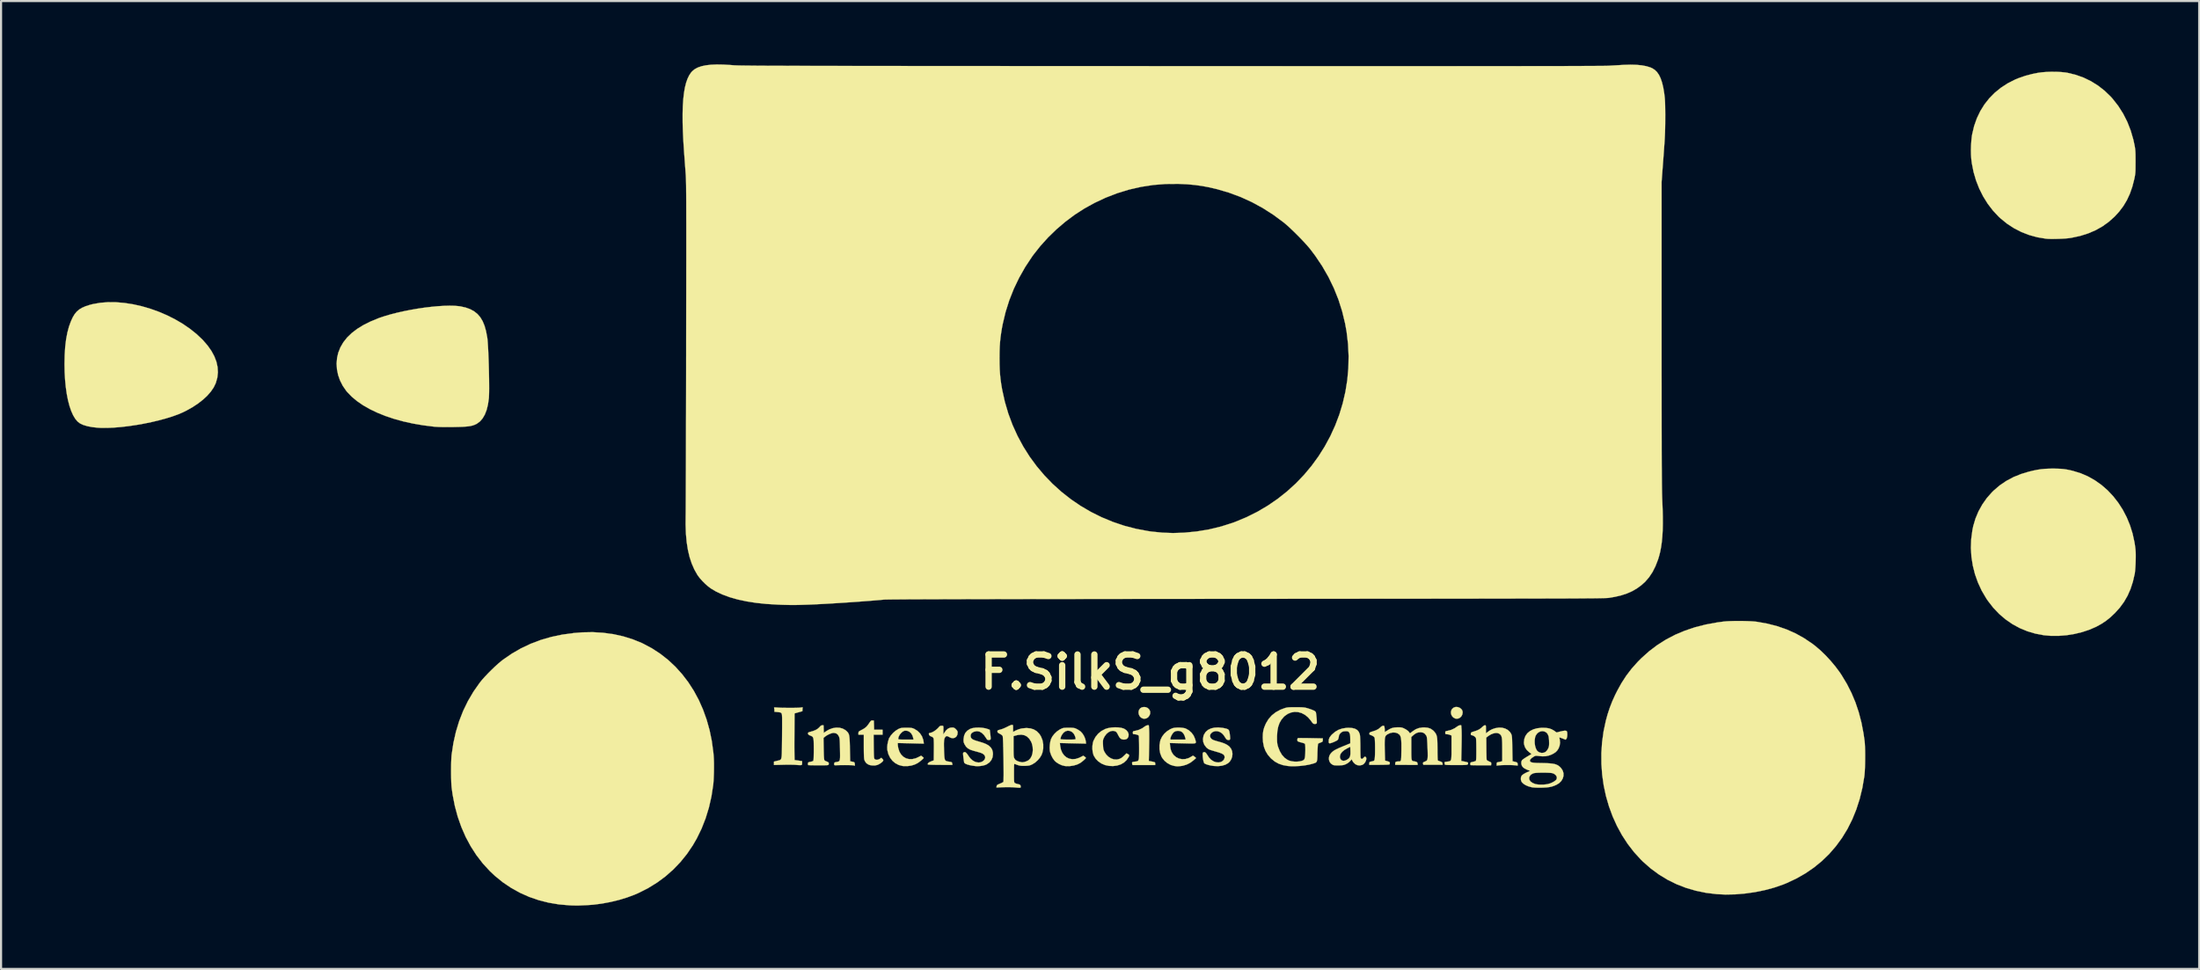
<source format=kicad_pcb>
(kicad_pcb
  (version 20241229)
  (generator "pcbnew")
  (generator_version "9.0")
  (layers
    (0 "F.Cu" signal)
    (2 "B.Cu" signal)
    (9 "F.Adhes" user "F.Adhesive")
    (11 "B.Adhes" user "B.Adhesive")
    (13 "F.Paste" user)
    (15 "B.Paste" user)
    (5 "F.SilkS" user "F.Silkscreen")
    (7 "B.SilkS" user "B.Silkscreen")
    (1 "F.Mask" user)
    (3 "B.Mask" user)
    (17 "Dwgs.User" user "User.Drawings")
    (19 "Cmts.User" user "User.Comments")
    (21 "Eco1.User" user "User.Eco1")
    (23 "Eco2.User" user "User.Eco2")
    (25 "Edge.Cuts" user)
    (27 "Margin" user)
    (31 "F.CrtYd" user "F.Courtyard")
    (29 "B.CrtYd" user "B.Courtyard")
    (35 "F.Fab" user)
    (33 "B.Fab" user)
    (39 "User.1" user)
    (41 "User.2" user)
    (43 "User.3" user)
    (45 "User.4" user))
  (footprint "F.SilkS_g8012"
    (layer "F.Cu")
    (at 51.427 28.789)
    (property "Reference" "F.SilkS_g8012" (at 0 0 0) (layer "F.SilkS") (effects (font (size 1.524 1.524) (thickness 0.3))))
    (attr through_hole)
    (fp_poly (pts (xy -0.212 1.661) (xy -0.128 1.697) (xy -0.127 1.697) (xy -0.047 1.773) (xy -0.006 1.863) (xy -0.005 1.962) (xy -0.037 2.052) (xy -0.102 2.139) (xy -0.187 2.193) (xy -0.285 2.21) (xy -0.351 2.199) (xy -0.441 2.154) (xy -0.506 2.083) (xy -0.546 1.995) (xy -0.558 1.9) (xy -0.539 1.806) (xy -0.486 1.725) (xy -0.477 1.715) (xy -0.402 1.671) (xy -0.309 1.653) (xy -0.212 1.661)) (stroke (width 0.01) (type solid)) (fill yes) (layer "F.SilkS"))
    (fp_poly (pts (xy 14.562 1.656) (xy 14.651 1.688) (xy 14.726 1.744) (xy 14.777 1.818) (xy 14.795 1.903) (xy 14.778 2.008) (xy 14.731 2.097) (xy 14.66 2.164) (xy 14.574 2.202) (xy 14.479 2.206) (xy 14.446 2.199) (xy 14.356 2.153) (xy 14.29 2.084) (xy 14.25 1.999) (xy 14.237 1.907) (xy 14.253 1.818) (xy 14.297 1.739) (xy 14.373 1.679) (xy 14.374 1.678) (xy 14.467 1.65) (xy 14.562 1.656)) (stroke (width 0.01) (type solid)) (fill yes) (layer "F.SilkS"))
    (fp_poly (pts (xy -13.158 2.29) (xy -13.092 2.297) (xy -13.086 2.514) (xy -13.08 2.731) (xy -12.679 2.731) (xy -12.679 2.963) (xy -13.104 2.963) (xy -13.098 3.524) (xy -13.096 3.694) (xy -13.093 3.827) (xy -13.09 3.928) (xy -13.086 4.002) (xy -13.081 4.053) (xy -13.074 4.087) (xy -13.064 4.108) (xy -13.055 4.12) (xy -12.997 4.151) (xy -12.921 4.153) (xy -12.841 4.128) (xy -12.808 4.108) (xy -12.738 4.058) (xy -12.685 4.111) (xy -12.651 4.152) (xy -12.646 4.185) (xy -12.656 4.209) (xy -12.694 4.253) (xy -12.758 4.305) (xy -12.834 4.354) (xy -12.911 4.392) (xy -12.931 4.399) (xy -13.035 4.421) (xy -13.154 4.423) (xy -13.269 4.407) (xy -13.351 4.379) (xy -13.445 4.315) (xy -13.512 4.226) (xy -13.543 4.151) (xy -13.552 4.101) (xy -13.559 4.01) (xy -13.564 3.879) (xy -13.567 3.709) (xy -13.568 3.521) (xy -13.568 2.963) (xy -13.822 2.963) (xy -13.822 2.89) (xy -13.819 2.849) (xy -13.805 2.82) (xy -13.772 2.793) (xy -13.711 2.76) (xy -13.69 2.749) (xy -13.574 2.686) (xy -13.487 2.625) (xy -13.415 2.556) (xy -13.346 2.466) (xy -13.322 2.43) (xy -13.272 2.358) (xy -13.237 2.315) (xy -13.208 2.294) (xy -13.178 2.289) (xy -13.158 2.29)) (stroke (width 0.01) (type solid)) (fill yes) (layer "F.SilkS"))
    (fp_poly (pts (xy -0.056 2.725) (xy -0.053 2.8) (xy -0.051 2.91) (xy -0.051 3.047) (xy -0.051 3.204) (xy -0.053 3.372) (xy -0.056 3.544) (xy -0.056 3.57) (xy -0.07 4.208) (xy 0.055 4.232) (xy 0.141 4.25) (xy 0.193 4.264) (xy 0.221 4.28) (xy 0.231 4.302) (xy 0.233 4.336) (xy 0.233 4.339) (xy 0.233 4.403) (xy -0.842 4.403) (xy -0.854 4.355) (xy -0.865 4.303) (xy -0.857 4.273) (xy -0.824 4.255) (xy -0.757 4.244) (xy -0.738 4.242) (xy -0.678 4.235) (xy -0.631 4.227) (xy -0.595 4.212) (xy -0.569 4.186) (xy -0.551 4.145) (xy -0.539 4.083) (xy -0.533 3.997) (xy -0.53 3.881) (xy -0.529 3.731) (xy -0.529 3.593) (xy -0.53 3.443) (xy -0.532 3.306) (xy -0.535 3.189) (xy -0.538 3.097) (xy -0.542 3.036) (xy -0.546 3.012) (xy -0.585 2.981) (xy -0.652 2.956) (xy -0.73 2.943) (xy -0.753 2.942) (xy -0.802 2.939) (xy -0.822 2.92) (xy -0.825 2.872) (xy -0.826 2.87) (xy -0.823 2.827) (xy -0.808 2.804) (xy -0.768 2.791) (xy -0.726 2.784) (xy -0.55 2.739) (xy -0.386 2.662) (xy -0.3 2.603) (xy -0.213 2.544) (xy -0.142 2.519) (xy -0.132 2.519) (xy -0.07 2.519) (xy -0.056 2.725)) (stroke (width 0.01) (type solid)) (fill yes) (layer "F.SilkS"))
    (fp_poly (pts (xy 14.741 2.714) (xy 14.744 2.786) (xy 14.746 2.892) (xy 14.747 3.027) (xy 14.746 3.181) (xy 14.744 3.348) (xy 14.741 3.521) (xy 14.74 3.558) (xy 14.726 4.208) (xy 14.851 4.233) (xy 14.943 4.252) (xy 15.002 4.266) (xy 15.034 4.279) (xy 15.047 4.293) (xy 15.05 4.307) (xy 15.049 4.336) (xy 15.044 4.358) (xy 15.03 4.375) (xy 15.002 4.387) (xy 14.955 4.395) (xy 14.885 4.399) (xy 14.787 4.402) (xy 14.657 4.403) (xy 14.488 4.403) (xy 14.486 4.403) (xy 14.314 4.402) (xy 14.179 4.401) (xy 14.08 4.398) (xy 14.011 4.394) (xy 13.969 4.388) (xy 13.95 4.38) (xy 13.949 4.376) (xy 13.943 4.335) (xy 13.936 4.303) (xy 13.932 4.278) (xy 13.945 4.262) (xy 13.982 4.252) (xy 14.053 4.242) (xy 14.056 4.242) (xy 14.115 4.235) (xy 14.162 4.227) (xy 14.199 4.213) (xy 14.225 4.188) (xy 14.244 4.148) (xy 14.256 4.088) (xy 14.262 4.004) (xy 14.266 3.891) (xy 14.266 3.744) (xy 14.266 3.576) (xy 14.266 3.004) (xy 14.193 2.973) (xy 14.12 2.951) (xy 14.047 2.942) (xy 14.045 2.942) (xy 13.995 2.939) (xy 13.974 2.921) (xy 13.97 2.876) (xy 13.97 2.87) (xy 13.973 2.827) (xy 13.988 2.804) (xy 14.027 2.791) (xy 14.07 2.784) (xy 14.243 2.74) (xy 14.406 2.665) (xy 14.499 2.602) (xy 14.582 2.546) (xy 14.65 2.52) (xy 14.665 2.519) (xy 14.726 2.519) (xy 14.741 2.714)) (stroke (width 0.01) (type solid)) (fill yes) (layer "F.SilkS"))
    (fp_poly (pts (xy -48.975 -17.521) (xy -48.579 -17.487) (xy -48.174 -17.424) (xy -47.767 -17.333) (xy -47.361 -17.214) (xy -46.959 -17.071) (xy -46.567 -16.903) (xy -46.189 -16.713) (xy -45.828 -16.502) (xy -45.489 -16.27) (xy -45.175 -16.02) (xy -44.892 -15.753) (xy -44.865 -15.725) (xy -44.645 -15.471) (xy -44.466 -15.217) (xy -44.327 -14.961) (xy -44.229 -14.706) (xy -44.173 -14.452) (xy -44.158 -14.2) (xy -44.185 -13.95) (xy -44.254 -13.704) (xy -44.259 -13.69) (xy -44.354 -13.491) (xy -44.49 -13.291) (xy -44.662 -13.094) (xy -44.869 -12.902) (xy -45.108 -12.717) (xy -45.375 -12.542) (xy -45.67 -12.378) (xy -45.805 -12.312) (xy -46.047 -12.208) (xy -46.325 -12.108) (xy -46.633 -12.013) (xy -46.964 -11.924) (xy -47.312 -11.842) (xy -47.67 -11.769) (xy -48.033 -11.705) (xy -48.395 -11.652) (xy -48.748 -11.611) (xy -49.087 -11.583) (xy -49.404 -11.569) (xy -49.695 -11.57) (xy -49.847 -11.578) (xy -50.114 -11.607) (xy -50.346 -11.652) (xy -50.542 -11.712) (xy -50.687 -11.781) (xy -50.805 -11.872) (xy -50.915 -12.003) (xy -51.015 -12.171) (xy -51.106 -12.374) (xy -51.186 -12.61) (xy -51.256 -12.877) (xy -51.314 -13.173) (xy -51.36 -13.496) (xy -51.394 -13.843) (xy -51.415 -14.212) (xy -51.422 -14.594) (xy -51.413 -15.019) (xy -51.389 -15.407) (xy -51.347 -15.759) (xy -51.287 -16.079) (xy -51.21 -16.369) (xy -51.114 -16.63) (xy -51.031 -16.808) (xy -50.945 -16.952) (xy -50.847 -17.073) (xy -50.731 -17.174) (xy -50.592 -17.259) (xy -50.425 -17.332) (xy -50.225 -17.396) (xy -50.08 -17.433) (xy -49.73 -17.495) (xy -49.361 -17.524) (xy -48.975 -17.521)) (stroke (width 0.01) (type solid)) (fill yes) (layer "F.SilkS"))
    (fp_poly (pts (xy -1.516 2.62) (xy -1.373 2.64) (xy -1.255 2.675) (xy -1.231 2.687) (xy -1.129 2.756) (xy -1.06 2.842) (xy -1.026 2.939) (xy -1.032 3.04) (xy -1.037 3.058) (xy -1.078 3.135) (xy -1.141 3.179) (xy -1.233 3.196) (xy -1.251 3.196) (xy -1.334 3.186) (xy -1.402 3.152) (xy -1.462 3.088) (xy -1.519 2.988) (xy -1.528 2.969) (xy -1.569 2.89) (xy -1.606 2.84) (xy -1.648 2.81) (xy -1.667 2.801) (xy -1.769 2.78) (xy -1.875 2.797) (xy -1.98 2.848) (xy -2.076 2.929) (xy -2.158 3.038) (xy -2.177 3.071) (xy -2.208 3.134) (xy -2.229 3.183) (xy -2.239 3.232) (xy -2.243 3.293) (xy -2.242 3.379) (xy -2.24 3.429) (xy -2.235 3.537) (xy -2.227 3.616) (xy -2.212 3.679) (xy -2.189 3.738) (xy -2.174 3.772) (xy -2.091 3.902) (xy -1.985 4.008) (xy -1.863 4.086) (xy -1.732 4.132) (xy -1.599 4.141) (xy -1.57 4.138) (xy -1.474 4.117) (xy -1.391 4.08) (xy -1.307 4.02) (xy -1.236 3.954) (xy -1.127 3.848) (xy -1.061 3.883) (xy -1.015 3.911) (xy -0.998 3.941) (xy -1.009 3.985) (xy -1.029 4.028) (xy -1.124 4.17) (xy -1.249 4.285) (xy -1.4 4.372) (xy -1.574 4.427) (xy -1.767 4.451) (xy -1.958 4.442) (xy -2.143 4.403) (xy -2.313 4.331) (xy -2.462 4.23) (xy -2.584 4.106) (xy -2.674 3.962) (xy -2.69 3.925) (xy -2.725 3.796) (xy -2.742 3.647) (xy -2.74 3.492) (xy -2.719 3.347) (xy -2.691 3.255) (xy -2.597 3.075) (xy -2.47 2.918) (xy -2.314 2.79) (xy -2.132 2.694) (xy -2.122 2.69) (xy -1.988 2.65) (xy -1.835 2.625) (xy -1.674 2.615) (xy -1.516 2.62)) (stroke (width 0.01) (type solid)) (fill yes) (layer "F.SilkS"))
    (fp_poly (pts (xy -16.472 1.759) (xy -16.478 1.852) (xy -16.663 1.903) (xy -16.847 1.955) (xy -16.853 2.792) (xy -16.854 2.99) (xy -16.855 3.185) (xy -16.856 3.371) (xy -16.856 3.542) (xy -16.855 3.691) (xy -16.854 3.811) (xy -16.853 3.895) (xy -16.853 3.898) (xy -16.846 4.166) (xy -16.668 4.191) (xy -16.489 4.217) (xy -16.489 4.307) (xy -16.492 4.365) (xy -16.505 4.393) (xy -16.536 4.404) (xy -16.547 4.406) (xy -16.597 4.407) (xy -16.673 4.404) (xy -16.759 4.397) (xy -16.764 4.396) (xy -16.835 4.391) (xy -16.938 4.388) (xy -17.065 4.386) (xy -17.206 4.386) (xy -17.352 4.388) (xy -17.373 4.389) (xy -17.822 4.399) (xy -17.822 4.241) (xy -17.675 4.203) (xy -17.622 4.191) (xy -17.578 4.18) (xy -17.542 4.168) (xy -17.513 4.151) (xy -17.491 4.125) (xy -17.475 4.085) (xy -17.463 4.029) (xy -17.455 3.952) (xy -17.45 3.851) (xy -17.447 3.721) (xy -17.445 3.559) (xy -17.443 3.361) (xy -17.441 3.214) (xy -17.439 3.015) (xy -17.438 2.822) (xy -17.436 2.642) (xy -17.436 2.479) (xy -17.436 2.339) (xy -17.436 2.228) (xy -17.437 2.151) (xy -17.438 2.132) (xy -17.443 2.033) (xy -17.455 1.969) (xy -17.483 1.929) (xy -17.533 1.908) (xy -17.613 1.896) (xy -17.664 1.891) (xy -17.801 1.878) (xy -17.801 1.808) (xy -17.805 1.748) (xy -17.815 1.702) (xy -17.819 1.685) (xy -17.807 1.675) (xy -17.773 1.673) (xy -17.709 1.676) (xy -17.651 1.68) (xy -17.559 1.686) (xy -17.44 1.69) (xy -17.302 1.692) (xy -17.155 1.694) (xy -17.006 1.694) (xy -16.865 1.693) (xy -16.74 1.69) (xy -16.64 1.686) (xy -16.573 1.681) (xy -16.571 1.68) (xy -16.465 1.666) (xy -16.472 1.759)) (stroke (width 0.01) (type solid)) (fill yes) (layer "F.SilkS"))
    (fp_poly (pts (xy 1.391 2.628) (xy 1.515 2.638) (xy 1.621 2.656) (xy 1.681 2.675) (xy 1.83 2.76) (xy 1.958 2.875) (xy 2.057 3.014) (xy 2.122 3.169) (xy 2.126 3.185) (xy 2.143 3.243) (xy 2.155 3.289) (xy 2.159 3.324) (xy 2.151 3.35) (xy 2.128 3.367) (xy 2.083 3.377) (xy 2.015 3.382) (xy 1.918 3.382) (xy 1.789 3.379) (xy 1.624 3.375) (xy 1.542 3.373) (xy 0.925 3.359) (xy 0.938 3.494) (xy 0.964 3.655) (xy 1.013 3.788) (xy 1.087 3.904) (xy 1.114 3.936) (xy 1.229 4.033) (xy 1.362 4.096) (xy 1.508 4.125) (xy 1.66 4.118) (xy 1.81 4.075) (xy 1.928 4.013) (xy 1.98 3.98) (xy 2.018 3.961) (xy 2.026 3.959) (xy 2.051 3.972) (xy 2.093 4.004) (xy 2.106 4.015) (xy 2.169 4.07) (xy 2.053 4.174) (xy 1.894 4.293) (xy 1.718 4.382) (xy 1.536 4.436) (xy 1.482 4.445) (xy 1.386 4.456) (xy 1.317 4.461) (xy 1.257 4.46) (xy 1.193 4.453) (xy 1.126 4.443) (xy 0.965 4.396) (xy 0.812 4.313) (xy 0.677 4.202) (xy 0.568 4.068) (xy 0.531 4.005) (xy 0.468 3.838) (xy 0.436 3.652) (xy 0.436 3.46) (xy 0.468 3.27) (xy 0.489 3.201) (xy 0.515 3.147) (xy 0.953 3.147) (xy 0.953 3.196) (xy 1.676 3.196) (xy 1.661 3.127) (xy 1.623 3.005) (xy 1.567 2.904) (xy 1.5 2.834) (xy 1.41 2.793) (xy 1.306 2.781) (xy 1.204 2.797) (xy 1.127 2.835) (xy 1.074 2.889) (xy 1.023 2.964) (xy 0.98 3.046) (xy 0.956 3.12) (xy 0.953 3.147) (xy 0.515 3.147) (xy 0.56 3.054) (xy 0.665 2.917) (xy 0.797 2.798) (xy 0.946 2.704) (xy 1.061 2.656) (xy 1.15 2.637) (xy 1.265 2.628) (xy 1.391 2.628)) (stroke (width 0.01) (type solid)) (fill yes) (layer "F.SilkS"))
    (fp_poly (pts (xy 42.943 -9.638) (xy 43.11 -9.631) (xy 43.259 -9.618) (xy 43.402 -9.597) (xy 43.551 -9.567) (xy 43.698 -9.532) (xy 44.062 -9.42) (xy 44.409 -9.27) (xy 44.738 -9.084) (xy 45.048 -8.865) (xy 45.336 -8.614) (xy 45.601 -8.333) (xy 45.841 -8.026) (xy 46.055 -7.693) (xy 46.241 -7.337) (xy 46.397 -6.959) (xy 46.521 -6.563) (xy 46.611 -6.149) (xy 46.633 -6.012) (xy 46.649 -5.893) (xy 46.66 -5.788) (xy 46.667 -5.686) (xy 46.67 -5.575) (xy 46.67 -5.444) (xy 46.667 -5.283) (xy 46.667 -5.271) (xy 46.661 -5.102) (xy 46.652 -4.946) (xy 46.641 -4.809) (xy 46.629 -4.702) (xy 46.623 -4.661) (xy 46.536 -4.285) (xy 46.425 -3.941) (xy 46.285 -3.623) (xy 46.116 -3.329) (xy 45.915 -3.054) (xy 45.68 -2.794) (xy 45.668 -2.783) (xy 45.463 -2.59) (xy 45.26 -2.428) (xy 45.047 -2.287) (xy 44.81 -2.156) (xy 44.792 -2.147) (xy 44.474 -2.009) (xy 44.13 -1.895) (xy 43.768 -1.808) (xy 43.396 -1.748) (xy 43.022 -1.718) (xy 42.654 -1.718) (xy 42.323 -1.747) (xy 41.923 -1.822) (xy 41.54 -1.935) (xy 41.175 -2.086) (xy 40.83 -2.274) (xy 40.505 -2.498) (xy 40.203 -2.756) (xy 39.924 -3.049) (xy 39.671 -3.375) (xy 39.591 -3.493) (xy 39.376 -3.858) (xy 39.198 -4.242) (xy 39.057 -4.639) (xy 38.954 -5.048) (xy 38.889 -5.464) (xy 38.864 -5.883) (xy 38.879 -6.303) (xy 38.934 -6.719) (xy 38.977 -6.926) (xy 39.081 -7.275) (xy 39.223 -7.614) (xy 39.402 -7.937) (xy 39.614 -8.24) (xy 39.857 -8.516) (xy 39.94 -8.598) (xy 40.228 -8.845) (xy 40.541 -9.058) (xy 40.879 -9.238) (xy 41.243 -9.385) (xy 41.601 -9.493) (xy 41.82 -9.546) (xy 42.012 -9.585) (xy 42.192 -9.612) (xy 42.372 -9.629) (xy 42.566 -9.638) (xy 42.746 -9.64) (xy 42.943 -9.638)) (stroke (width 0.01) (type solid)) (fill yes) (layer "F.SilkS"))
    (fp_poly (pts (xy -32.942 -17.353) (xy -32.735 -17.334) (xy -32.668 -17.324) (xy -32.424 -17.27) (xy -32.21 -17.193) (xy -32.025 -17.093) (xy -31.866 -16.966) (xy -31.732 -16.812) (xy -31.621 -16.627) (xy -31.53 -16.408) (xy -31.459 -16.155) (xy -31.404 -15.865) (xy -31.401 -15.847) (xy -31.389 -15.745) (xy -31.378 -15.607) (xy -31.367 -15.438) (xy -31.356 -15.244) (xy -31.347 -15.03) (xy -31.338 -14.801) (xy -31.33 -14.564) (xy -31.324 -14.322) (xy -31.319 -14.083) (xy -31.315 -13.852) (xy -31.313 -13.633) (xy -31.312 -13.433) (xy -31.314 -13.256) (xy -31.318 -13.109) (xy -31.323 -12.997) (xy -31.326 -12.965) (xy -31.368 -12.676) (xy -31.43 -12.422) (xy -31.514 -12.204) (xy -31.619 -12.022) (xy -31.745 -11.876) (xy -31.892 -11.767) (xy -31.941 -11.742) (xy -32.016 -11.709) (xy -32.096 -11.682) (xy -32.187 -11.66) (xy -32.294 -11.643) (xy -32.421 -11.631) (xy -32.574 -11.621) (xy -32.758 -11.615) (xy -32.978 -11.61) (xy -33.041 -11.609) (xy -33.298 -11.608) (xy -33.518 -11.609) (xy -33.703 -11.614) (xy -33.859 -11.623) (xy -33.95 -11.631) (xy -34.446 -11.694) (xy -34.923 -11.776) (xy -35.38 -11.877) (xy -35.815 -11.997) (xy -36.224 -12.134) (xy -36.606 -12.288) (xy -36.959 -12.457) (xy -37.281 -12.64) (xy -37.568 -12.838) (xy -37.82 -13.048) (xy -38.034 -13.27) (xy -38.082 -13.328) (xy -38.245 -13.564) (xy -38.373 -13.816) (xy -38.465 -14.078) (xy -38.519 -14.347) (xy -38.536 -14.618) (xy -38.513 -14.886) (xy -38.458 -15.126) (xy -38.357 -15.382) (xy -38.217 -15.623) (xy -38.038 -15.85) (xy -37.819 -16.062) (xy -37.561 -16.259) (xy -37.264 -16.442) (xy -36.927 -16.61) (xy -36.55 -16.765) (xy -36.513 -16.779) (xy -36.252 -16.866) (xy -35.968 -16.949) (xy -35.665 -17.026) (xy -35.349 -17.097) (xy -35.023 -17.161) (xy -34.695 -17.218) (xy -34.368 -17.266) (xy -34.048 -17.304) (xy -33.74 -17.333) (xy -33.45 -17.351) (xy -33.182 -17.358) (xy -32.942 -17.353)) (stroke (width 0.01) (type solid)) (fill yes) (layer "F.SilkS"))
    (fp_poly (pts (xy -11.434 2.636) (xy -11.353 2.64) (xy -11.293 2.648) (xy -11.242 2.662) (xy -11.189 2.684) (xy -11.176 2.69) (xy -11.029 2.781) (xy -10.906 2.901) (xy -10.813 3.044) (xy -10.754 3.203) (xy -10.74 3.276) (xy -10.726 3.388) (xy -11.343 3.373) (xy -11.959 3.359) (xy -11.959 3.425) (xy -11.955 3.484) (xy -11.943 3.562) (xy -11.935 3.603) (xy -11.882 3.769) (xy -11.8 3.906) (xy -11.694 4.011) (xy -11.568 4.084) (xy -11.426 4.121) (xy -11.272 4.121) (xy -11.11 4.083) (xy -11.001 4.035) (xy -10.854 3.96) (xy -10.793 4.005) (xy -10.752 4.039) (xy -10.732 4.063) (xy -10.732 4.066) (xy -10.747 4.09) (xy -10.79 4.132) (xy -10.85 4.185) (xy -10.921 4.241) (xy -10.993 4.293) (xy -11.011 4.305) (xy -11.153 4.377) (xy -11.32 4.428) (xy -11.499 4.453) (xy -11.678 4.453) (xy -11.74 4.445) (xy -11.917 4.398) (xy -12.075 4.315) (xy -12.211 4.2) (xy -12.321 4.056) (xy -12.403 3.887) (xy -12.452 3.696) (xy -12.454 3.683) (xy -12.459 3.56) (xy -12.446 3.418) (xy -12.417 3.276) (xy -12.375 3.149) (xy -12.375 3.149) (xy -11.938 3.149) (xy -11.937 3.166) (xy -11.93 3.178) (xy -11.911 3.187) (xy -11.874 3.192) (xy -11.814 3.195) (xy -11.724 3.196) (xy -11.599 3.196) (xy -11.214 3.196) (xy -11.228 3.118) (xy -11.268 2.994) (xy -11.332 2.893) (xy -11.416 2.82) (xy -11.514 2.779) (xy -11.62 2.775) (xy -11.651 2.781) (xy -11.727 2.818) (xy -11.803 2.885) (xy -11.87 2.969) (xy -11.917 3.06) (xy -11.937 3.144) (xy -11.938 3.149) (xy -12.375 3.149) (xy -12.362 3.12) (xy -12.286 3) (xy -12.181 2.881) (xy -12.06 2.777) (xy -11.936 2.699) (xy -11.923 2.693) (xy -11.866 2.668) (xy -11.815 2.651) (xy -11.759 2.642) (xy -11.686 2.637) (xy -11.586 2.635) (xy -11.546 2.635) (xy -11.434 2.636)) (stroke (width 0.01) (type solid)) (fill yes) (layer "F.SilkS"))
    (fp_poly (pts (xy 42.921 -28.437) (xy 43.147 -28.425) (xy 43.349 -28.404) (xy 43.445 -28.388) (xy 43.83 -28.294) (xy 44.2 -28.162) (xy 44.552 -27.991) (xy 44.884 -27.784) (xy 45.194 -27.542) (xy 45.48 -27.267) (xy 45.577 -27.159) (xy 45.842 -26.82) (xy 46.073 -26.457) (xy 46.269 -26.07) (xy 46.43 -25.659) (xy 46.557 -25.224) (xy 46.614 -24.958) (xy 46.629 -24.875) (xy 46.641 -24.797) (xy 46.649 -24.717) (xy 46.655 -24.627) (xy 46.659 -24.52) (xy 46.66 -24.388) (xy 46.661 -24.223) (xy 46.661 -24.172) (xy 46.66 -24.003) (xy 46.659 -23.868) (xy 46.657 -23.761) (xy 46.652 -23.673) (xy 46.645 -23.597) (xy 46.635 -23.526) (xy 46.621 -23.451) (xy 46.604 -23.367) (xy 46.511 -23.001) (xy 46.395 -22.667) (xy 46.253 -22.36) (xy 46.083 -22.076) (xy 45.882 -21.81) (xy 45.669 -21.578) (xy 45.392 -21.33) (xy 45.092 -21.115) (xy 44.768 -20.933) (xy 44.418 -20.783) (xy 44.042 -20.664) (xy 43.637 -20.577) (xy 43.55 -20.563) (xy 43.436 -20.549) (xy 43.293 -20.538) (xy 43.131 -20.529) (xy 42.961 -20.523) (xy 42.794 -20.52) (xy 42.638 -20.52) (xy 42.506 -20.525) (xy 42.418 -20.532) (xy 42.014 -20.599) (xy 41.625 -20.705) (xy 41.254 -20.849) (xy 40.901 -21.03) (xy 40.569 -21.247) (xy 40.26 -21.5) (xy 40.177 -21.577) (xy 39.905 -21.868) (xy 39.66 -22.188) (xy 39.444 -22.535) (xy 39.259 -22.904) (xy 39.107 -23.292) (xy 38.989 -23.694) (xy 38.908 -24.107) (xy 38.882 -24.314) (xy 38.869 -24.509) (xy 38.865 -24.727) (xy 38.871 -24.954) (xy 38.886 -25.177) (xy 38.908 -25.38) (xy 38.925 -25.481) (xy 39.016 -25.866) (xy 39.144 -26.23) (xy 39.307 -26.572) (xy 39.503 -26.889) (xy 39.733 -27.181) (xy 39.995 -27.447) (xy 40.287 -27.684) (xy 40.609 -27.893) (xy 40.96 -28.071) (xy 41.122 -28.138) (xy 41.432 -28.245) (xy 41.771 -28.335) (xy 42.029 -28.387) (xy 42.227 -28.414) (xy 42.449 -28.431) (xy 42.685 -28.439) (xy 42.921 -28.437)) (stroke (width 0.01) (type solid)) (fill yes) (layer "F.SilkS"))
    (fp_poly (pts (xy -9.844 2.54) (xy -9.819 2.545) (xy -9.805 2.563) (xy -9.798 2.599) (xy -9.797 2.662) (xy -9.799 2.759) (xy -9.799 2.783) (xy -9.802 2.953) (xy -9.757 2.879) (xy -9.671 2.76) (xy -9.581 2.68) (xy -9.482 2.636) (xy -9.386 2.625) (xy -9.323 2.629) (xy -9.275 2.647) (xy -9.226 2.686) (xy -9.205 2.707) (xy -9.153 2.765) (xy -9.129 2.816) (xy -9.123 2.867) (xy -9.14 2.974) (xy -9.187 3.056) (xy -9.257 3.109) (xy -9.344 3.13) (xy -9.442 3.115) (xy -9.514 3.08) (xy -9.588 3.041) (xy -9.641 3.03) (xy -9.682 3.047) (xy -9.699 3.064) (xy -9.727 3.102) (xy -9.747 3.147) (xy -9.762 3.206) (xy -9.77 3.284) (xy -9.774 3.386) (xy -9.773 3.519) (xy -9.768 3.688) (xy -9.768 3.696) (xy -9.762 3.855) (xy -9.755 3.978) (xy -9.746 4.069) (xy -9.732 4.133) (xy -9.71 4.177) (xy -9.679 4.204) (xy -9.636 4.222) (xy -9.579 4.234) (xy -9.535 4.241) (xy -9.458 4.254) (xy -9.413 4.267) (xy -9.391 4.285) (xy -9.383 4.313) (xy -9.381 4.332) (xy -9.374 4.398) (xy -9.949 4.395) (xy -10.101 4.394) (xy -10.238 4.392) (xy -10.356 4.389) (xy -10.448 4.385) (xy -10.509 4.381) (xy -10.534 4.376) (xy -10.534 4.376) (xy -10.538 4.335) (xy -10.501 4.291) (xy -10.427 4.248) (xy -10.387 4.232) (xy -10.255 4.18) (xy -10.25 3.698) (xy -10.249 3.555) (xy -10.249 3.424) (xy -10.251 3.31) (xy -10.254 3.221) (xy -10.259 3.164) (xy -10.261 3.15) (xy -10.282 3.104) (xy -10.322 3.071) (xy -10.371 3.051) (xy -10.436 3.019) (xy -10.47 2.982) (xy -10.48 2.957) (xy -10.488 2.92) (xy -10.48 2.898) (xy -10.448 2.884) (xy -10.384 2.869) (xy -10.382 2.869) (xy -10.308 2.841) (xy -10.22 2.789) (xy -10.131 2.723) (xy -10.055 2.653) (xy -10.031 2.626) (xy -9.984 2.573) (xy -9.943 2.548) (xy -9.892 2.54) (xy -9.881 2.54) (xy -9.844 2.54)) (stroke (width 0.01) (type solid)) (fill yes) (layer "F.SilkS"))
    (fp_poly (pts (xy -3.752 2.636) (xy -3.671 2.64) (xy -3.611 2.648) (xy -3.561 2.662) (xy -3.509 2.683) (xy -3.493 2.691) (xy -3.409 2.737) (xy -3.326 2.793) (xy -3.287 2.824) (xy -3.207 2.914) (xy -3.136 3.03) (xy -3.083 3.157) (xy -3.055 3.276) (xy -3.042 3.387) (xy -3.662 3.373) (xy -4.282 3.359) (xy -4.269 3.487) (xy -4.233 3.668) (xy -4.168 3.822) (xy -4.078 3.947) (xy -3.966 4.041) (xy -3.836 4.101) (xy -3.69 4.125) (xy -3.534 4.113) (xy -3.37 4.06) (xy -3.318 4.035) (xy -3.171 3.96) (xy -3.109 4.005) (xy -3.069 4.039) (xy -3.049 4.063) (xy -3.048 4.065) (xy -3.064 4.089) (xy -3.104 4.131) (xy -3.161 4.183) (xy -3.226 4.237) (xy -3.29 4.285) (xy -3.326 4.309) (xy -3.465 4.378) (xy -3.63 4.426) (xy -3.806 4.452) (xy -3.981 4.454) (xy -4.06 4.445) (xy -4.195 4.41) (xy -4.332 4.347) (xy -4.455 4.267) (xy -4.529 4.2) (xy -4.618 4.081) (xy -4.692 3.939) (xy -4.743 3.793) (xy -4.757 3.725) (xy -4.766 3.586) (xy -4.757 3.433) (xy -4.733 3.283) (xy -4.7 3.17) (xy -4.254 3.17) (xy -4.244 3.18) (xy -4.21 3.187) (xy -4.147 3.192) (xy -4.052 3.195) (xy -3.92 3.196) (xy -3.895 3.196) (xy -3.763 3.196) (xy -3.668 3.195) (xy -3.604 3.192) (xy -3.564 3.187) (xy -3.544 3.178) (xy -3.536 3.167) (xy -3.535 3.157) (xy -3.548 3.081) (xy -3.583 2.991) (xy -3.632 2.907) (xy -3.636 2.903) (xy -3.714 2.829) (xy -3.81 2.785) (xy -3.913 2.774) (xy -4.012 2.8) (xy -4.02 2.804) (xy -4.102 2.865) (xy -4.174 2.952) (xy -4.228 3.051) (xy -4.253 3.149) (xy -4.254 3.17) (xy -4.7 3.17) (xy -4.699 3.168) (xy -4.635 3.045) (xy -4.539 2.923) (xy -4.423 2.812) (xy -4.295 2.724) (xy -4.258 2.704) (xy -4.196 2.675) (xy -4.145 2.655) (xy -4.094 2.644) (xy -4.03 2.638) (xy -3.943 2.635) (xy -3.863 2.635) (xy -3.752 2.636)) (stroke (width 0.01) (type solid)) (fill yes) (layer "F.SilkS"))
    (fp_poly (pts (xy -7.953 2.638) (xy -7.804 2.664) (xy -7.684 2.701) (xy -7.603 2.733) (xy -7.577 2.941) (xy -7.567 3.034) (xy -7.561 3.113) (xy -7.561 3.167) (xy -7.563 3.183) (xy -7.596 3.21) (xy -7.649 3.217) (xy -7.695 3.213) (xy -7.729 3.192) (xy -7.763 3.147) (xy -7.778 3.121) (xy -7.877 2.979) (xy -7.983 2.877) (xy -8.095 2.816) (xy -8.212 2.797) (xy -8.334 2.819) (xy -8.375 2.835) (xy -8.454 2.884) (xy -8.497 2.944) (xy -8.509 3.021) (xy -8.501 3.083) (xy -8.475 3.134) (xy -8.425 3.178) (xy -8.347 3.217) (xy -8.236 3.256) (xy -8.117 3.29) (xy -7.918 3.351) (xy -7.758 3.417) (xy -7.635 3.493) (xy -7.546 3.58) (xy -7.487 3.68) (xy -7.457 3.797) (xy -7.451 3.885) (xy -7.47 4.033) (xy -7.527 4.166) (xy -7.618 4.277) (xy -7.741 4.364) (xy -7.821 4.4) (xy -7.923 4.428) (xy -8.048 4.448) (xy -8.174 4.456) (xy -8.276 4.452) (xy -8.431 4.431) (xy -8.567 4.404) (xy -8.678 4.372) (xy -8.759 4.337) (xy -8.805 4.301) (xy -8.811 4.29) (xy -8.819 4.257) (xy -8.83 4.192) (xy -8.842 4.106) (xy -8.85 4.043) (xy -8.861 3.943) (xy -8.866 3.878) (xy -8.864 3.838) (xy -8.855 3.816) (xy -8.846 3.808) (xy -8.801 3.789) (xy -8.76 3.793) (xy -8.716 3.826) (xy -8.663 3.89) (xy -8.62 3.954) (xy -8.527 4.081) (xy -8.431 4.172) (xy -8.326 4.236) (xy -8.244 4.266) (xy -8.14 4.283) (xy -8.044 4.273) (xy -7.959 4.24) (xy -7.89 4.191) (xy -7.842 4.13) (xy -7.818 4.061) (xy -7.824 3.991) (xy -7.863 3.924) (xy -7.913 3.88) (xy -7.946 3.86) (xy -7.984 3.841) (xy -8.034 3.822) (xy -8.103 3.8) (xy -8.196 3.773) (xy -8.322 3.739) (xy -8.379 3.724) (xy -8.526 3.675) (xy -8.639 3.612) (xy -8.726 3.531) (xy -8.791 3.429) (xy -8.823 3.36) (xy -8.84 3.303) (xy -8.845 3.238) (xy -8.842 3.161) (xy -8.816 3.007) (xy -8.759 2.879) (xy -8.667 2.776) (xy -8.54 2.695) (xy -8.519 2.685) (xy -8.407 2.651) (xy -8.267 2.631) (xy -8.111 2.627) (xy -7.953 2.638)) (stroke (width 0.01) (type solid)) (fill yes) (layer "F.SilkS"))
    (fp_poly (pts (xy 28.07 -2.421) (xy 28.269 -2.416) (xy 28.453 -2.408) (xy 28.612 -2.397) (xy 28.723 -2.385) (xy 29.219 -2.297) (xy 29.69 -2.176) (xy 30.137 -2.021) (xy 30.562 -1.832) (xy 30.967 -1.606) (xy 31.354 -1.345) (xy 31.507 -1.227) (xy 31.747 -1.021) (xy 31.991 -0.784) (xy 32.229 -0.526) (xy 32.453 -0.257) (xy 32.654 0.014) (xy 32.737 0.138) (xy 32.99 0.558) (xy 33.209 0.99) (xy 33.396 1.436) (xy 33.552 1.901) (xy 33.679 2.389) (xy 33.778 2.904) (xy 33.829 3.26) (xy 33.84 3.384) (xy 33.848 3.542) (xy 33.854 3.725) (xy 33.856 3.924) (xy 33.855 4.131) (xy 33.852 4.337) (xy 33.846 4.532) (xy 33.837 4.71) (xy 33.825 4.86) (xy 33.816 4.942) (xy 33.723 5.487) (xy 33.596 6.009) (xy 33.436 6.507) (xy 33.243 6.981) (xy 33.018 7.429) (xy 32.761 7.85) (xy 32.473 8.244) (xy 32.155 8.611) (xy 31.807 8.949) (xy 31.43 9.257) (xy 31.024 9.535) (xy 30.59 9.782) (xy 30.129 9.998) (xy 29.957 10.067) (xy 29.54 10.21) (xy 29.097 10.329) (xy 28.636 10.423) (xy 28.167 10.489) (xy 27.699 10.528) (xy 27.241 10.537) (xy 26.832 10.518) (xy 26.327 10.457) (xy 25.841 10.357) (xy 25.373 10.221) (xy 24.925 10.047) (xy 24.497 9.836) (xy 24.09 9.588) (xy 23.703 9.304) (xy 23.338 8.984) (xy 23.238 8.885) (xy 22.908 8.524) (xy 22.608 8.135) (xy 22.339 7.721) (xy 22.101 7.285) (xy 21.895 6.83) (xy 21.722 6.357) (xy 21.581 5.871) (xy 21.474 5.372) (xy 21.402 4.865) (xy 21.365 4.352) (xy 21.363 3.836) (xy 21.397 3.319) (xy 21.468 2.804) (xy 21.577 2.294) (xy 21.664 1.979) (xy 21.764 1.678) (xy 21.88 1.381) (xy 22.018 1.076) (xy 22.107 0.898) (xy 22.318 0.516) (xy 22.545 0.166) (xy 22.796 -0.162) (xy 23.078 -0.479) (xy 23.255 -0.657) (xy 23.62 -0.985) (xy 24.008 -1.279) (xy 24.418 -1.539) (xy 24.853 -1.767) (xy 25.312 -1.961) (xy 25.796 -2.124) (xy 26.308 -2.254) (xy 26.847 -2.353) (xy 27.167 -2.396) (xy 27.304 -2.408) (xy 27.472 -2.416) (xy 27.662 -2.421) (xy 27.864 -2.423) (xy 28.07 -2.421)) (stroke (width 0.01) (type solid)) (fill yes) (layer "F.SilkS"))
    (fp_poly (pts (xy 3.426 2.642) (xy 3.501 2.656) (xy 3.6 2.679) (xy 3.667 2.703) (xy 3.711 2.737) (xy 3.738 2.789) (xy 3.755 2.868) (xy 3.768 2.964) (xy 3.78 3.072) (xy 3.782 3.145) (xy 3.774 3.189) (xy 3.752 3.211) (xy 3.714 3.216) (xy 3.682 3.214) (xy 3.637 3.203) (xy 3.601 3.177) (xy 3.564 3.124) (xy 3.55 3.101) (xy 3.471 2.981) (xy 3.389 2.896) (xy 3.299 2.838) (xy 3.291 2.834) (xy 3.189 2.801) (xy 3.091 2.797) (xy 3.004 2.816) (xy 2.93 2.854) (xy 2.873 2.906) (xy 2.838 2.968) (xy 2.829 3.036) (xy 2.849 3.103) (xy 2.903 3.167) (xy 2.967 3.209) (xy 3.011 3.226) (xy 3.085 3.25) (xy 3.175 3.277) (xy 3.231 3.292) (xy 3.402 3.341) (xy 3.538 3.393) (xy 3.647 3.451) (xy 3.736 3.518) (xy 3.742 3.523) (xy 3.824 3.624) (xy 3.874 3.743) (xy 3.891 3.872) (xy 3.878 4.004) (xy 3.834 4.13) (xy 3.76 4.243) (xy 3.686 4.312) (xy 3.558 4.385) (xy 3.4 4.433) (xy 3.219 4.454) (xy 3.019 4.447) (xy 2.985 4.443) (xy 2.856 4.423) (xy 2.738 4.395) (xy 2.639 4.362) (xy 2.571 4.328) (xy 2.56 4.32) (xy 2.539 4.283) (xy 2.519 4.218) (xy 2.502 4.135) (xy 2.489 4.043) (xy 2.482 3.954) (xy 2.481 3.878) (xy 2.489 3.826) (xy 2.499 3.809) (xy 2.548 3.788) (xy 2.592 3.795) (xy 2.637 3.833) (xy 2.69 3.907) (xy 2.707 3.935) (xy 2.788 4.056) (xy 2.873 4.146) (xy 2.972 4.213) (xy 3.027 4.24) (xy 3.14 4.274) (xy 3.25 4.278) (xy 3.35 4.255) (xy 3.433 4.207) (xy 3.492 4.138) (xy 3.521 4.051) (xy 3.522 4.025) (xy 3.509 3.962) (xy 3.469 3.909) (xy 3.396 3.862) (xy 3.286 3.819) (xy 3.233 3.802) (xy 3.125 3.77) (xy 3.009 3.736) (xy 2.907 3.706) (xy 2.903 3.705) (xy 2.809 3.673) (xy 2.739 3.637) (xy 2.676 3.587) (xy 2.648 3.56) (xy 2.56 3.443) (xy 2.509 3.31) (xy 2.495 3.168) (xy 2.52 3.024) (xy 2.547 2.953) (xy 2.626 2.832) (xy 2.736 2.737) (xy 2.873 2.67) (xy 3.036 2.632) (xy 3.221 2.622) (xy 3.426 2.642)) (stroke (width 0.01) (type solid)) (fill yes) (layer "F.SilkS"))
    (fp_poly (pts (xy -25.912 -1.863) (xy -25.432 -1.798) (xy -24.966 -1.695) (xy -24.517 -1.556) (xy -24.088 -1.381) (xy -24.014 -1.346) (xy -23.596 -1.123) (xy -23.202 -0.865) (xy -22.832 -0.574) (xy -22.488 -0.252) (xy -22.171 0.1) (xy -21.88 0.48) (xy -21.618 0.887) (xy -21.385 1.318) (xy -21.183 1.774) (xy -21.012 2.251) (xy -20.872 2.75) (xy -20.766 3.267) (xy -20.694 3.802) (xy -20.678 3.979) (xy -20.669 4.134) (xy -20.664 4.319) (xy -20.664 4.522) (xy -20.666 4.733) (xy -20.673 4.939) (xy -20.682 5.13) (xy -20.695 5.295) (xy -20.702 5.355) (xy -20.785 5.897) (xy -20.905 6.422) (xy -21.061 6.929) (xy -21.252 7.416) (xy -21.478 7.88) (xy -21.667 8.207) (xy -21.945 8.617) (xy -22.255 9) (xy -22.595 9.354) (xy -22.964 9.679) (xy -23.36 9.971) (xy -23.781 10.231) (xy -24.226 10.457) (xy -24.415 10.54) (xy -24.775 10.674) (xy -25.162 10.792) (xy -25.566 10.89) (xy -25.974 10.966) (xy -26.375 11.018) (xy -26.681 11.039) (xy -26.795 11.044) (xy -26.908 11.049) (xy -27.005 11.053) (xy -27.062 11.056) (xy -27.13 11.057) (xy -27.228 11.056) (xy -27.345 11.054) (xy -27.469 11.049) (xy -27.506 11.047) (xy -28.007 11.004) (xy -28.494 10.922) (xy -28.966 10.803) (xy -29.42 10.646) (xy -29.855 10.452) (xy -30.27 10.221) (xy -30.664 9.956) (xy -31.035 9.655) (xy -31.282 9.422) (xy -31.614 9.06) (xy -31.915 8.669) (xy -32.184 8.251) (xy -32.422 7.808) (xy -32.627 7.34) (xy -32.799 6.85) (xy -32.937 6.337) (xy -33.041 5.804) (xy -33.087 5.472) (xy -33.097 5.357) (xy -33.105 5.208) (xy -33.11 5.036) (xy -33.113 4.847) (xy -33.114 4.652) (xy -33.112 4.458) (xy -33.109 4.275) (xy -33.102 4.11) (xy -33.094 3.974) (xy -33.087 3.905) (xy -33.003 3.353) (xy -32.884 2.824) (xy -32.73 2.319) (xy -32.541 1.835) (xy -32.316 1.372) (xy -32.055 0.928) (xy -31.758 0.504) (xy -31.651 0.372) (xy -31.519 0.223) (xy -31.368 0.064) (xy -31.207 -0.098) (xy -31.044 -0.255) (xy -30.885 -0.399) (xy -30.739 -0.522) (xy -30.66 -0.584) (xy -30.24 -0.873) (xy -29.802 -1.126) (xy -29.344 -1.342) (xy -28.866 -1.523) (xy -28.367 -1.667) (xy -27.846 -1.777) (xy -27.302 -1.851) (xy -26.903 -1.883) (xy -26.404 -1.892) (xy -25.912 -1.863)) (stroke (width 0.01) (type solid)) (fill yes) (layer "F.SilkS"))
    (fp_poly (pts (xy 9.558 2.648) (xy 9.695 2.682) (xy 9.8 2.743) (xy 9.875 2.83) (xy 9.921 2.945) (xy 9.925 2.963) (xy 9.932 3.017) (xy 9.938 3.105) (xy 9.943 3.22) (xy 9.947 3.354) (xy 9.949 3.498) (xy 9.949 3.541) (xy 9.949 3.681) (xy 9.951 3.808) (xy 9.953 3.916) (xy 9.956 3.998) (xy 9.96 4.048) (xy 9.961 4.057) (xy 9.987 4.105) (xy 10.026 4.114) (xy 10.075 4.084) (xy 10.098 4.059) (xy 10.139 4.017) (xy 10.168 4.004) (xy 10.195 4.014) (xy 10.227 4.056) (xy 10.231 4.118) (xy 10.214 4.191) (xy 10.178 4.266) (xy 10.127 4.333) (xy 10.066 4.382) (xy 10.043 4.394) (xy 9.927 4.421) (xy 9.813 4.409) (xy 9.709 4.361) (xy 9.623 4.279) (xy 9.592 4.233) (xy 9.534 4.132) (xy 9.466 4.213) (xy 9.409 4.267) (xy 9.331 4.322) (xy 9.276 4.353) (xy 9.214 4.381) (xy 9.156 4.4) (xy 9.09 4.41) (xy 9.002 4.416) (xy 8.932 4.419) (xy 8.805 4.419) (xy 8.714 4.413) (xy 8.654 4.398) (xy 8.647 4.395) (xy 8.553 4.331) (xy 8.491 4.244) (xy 8.46 4.142) (xy 8.463 4.032) (xy 8.481 3.982) (xy 8.98 3.982) (xy 8.984 4.054) (xy 9.016 4.135) (xy 9.073 4.185) (xy 9.15 4.203) (xy 9.24 4.188) (xy 9.337 4.139) (xy 9.399 4.091) (xy 9.441 4.038) (xy 9.466 3.972) (xy 9.478 3.883) (xy 9.479 3.762) (xy 9.478 3.747) (xy 9.472 3.537) (xy 9.339 3.603) (xy 9.191 3.689) (xy 9.081 3.782) (xy 9.01 3.88) (xy 8.98 3.982) (xy 8.481 3.982) (xy 8.502 3.923) (xy 8.546 3.855) (xy 8.596 3.8) (xy 8.652 3.751) (xy 8.723 3.703) (xy 8.814 3.654) (xy 8.93 3.599) (xy 9.079 3.536) (xy 9.124 3.517) (xy 9.472 3.375) (xy 9.471 3.163) (xy 9.469 3.056) (xy 9.463 2.981) (xy 9.45 2.927) (xy 9.431 2.883) (xy 9.428 2.877) (xy 9.398 2.834) (xy 9.365 2.811) (xy 9.313 2.801) (xy 9.275 2.798) (xy 9.156 2.806) (xy 9.089 2.828) (xy 9.026 2.872) (xy 8.972 2.932) (xy 8.938 2.996) (xy 8.932 3.027) (xy 8.927 3.067) (xy 8.913 3.126) (xy 8.909 3.14) (xy 8.894 3.183) (xy 8.871 3.215) (xy 8.831 3.244) (xy 8.763 3.278) (xy 8.734 3.292) (xy 8.653 3.327) (xy 8.578 3.354) (xy 8.524 3.369) (xy 8.519 3.369) (xy 8.476 3.37) (xy 8.457 3.351) (xy 8.449 3.302) (xy 8.454 3.194) (xy 8.494 3.091) (xy 8.572 2.989) (xy 8.602 2.957) (xy 8.756 2.826) (xy 8.919 2.731) (xy 9.097 2.671) (xy 9.297 2.641) (xy 9.387 2.638) (xy 9.558 2.648)) (stroke (width 0.01) (type solid)) (fill yes) (layer "F.SilkS"))
    (fp_poly (pts (xy 15.871 2.521) (xy 15.885 2.532) (xy 15.893 2.562) (xy 15.896 2.617) (xy 15.896 2.705) (xy 15.896 2.9) (xy 15.997 2.823) (xy 16.097 2.754) (xy 16.2 2.703) (xy 16.324 2.661) (xy 16.351 2.654) (xy 16.511 2.628) (xy 16.665 2.635) (xy 16.808 2.674) (xy 16.932 2.74) (xy 17.032 2.834) (xy 17.086 2.917) (xy 17.1 2.948) (xy 17.111 2.979) (xy 17.12 3.017) (xy 17.127 3.065) (xy 17.132 3.13) (xy 17.136 3.217) (xy 17.139 3.332) (xy 17.142 3.479) (xy 17.145 3.619) (xy 17.156 4.223) (xy 17.251 4.244) (xy 17.329 4.264) (xy 17.374 4.287) (xy 17.394 4.319) (xy 17.399 4.364) (xy 17.399 4.429) (xy 17.29 4.415) (xy 17.215 4.409) (xy 17.11 4.404) (xy 16.985 4.402) (xy 16.853 4.402) (xy 16.724 4.404) (xy 16.611 4.408) (xy 16.525 4.414) (xy 16.506 4.416) (xy 16.404 4.429) (xy 16.404 4.353) (xy 16.408 4.303) (xy 16.427 4.279) (xy 16.473 4.266) (xy 16.484 4.264) (xy 16.552 4.251) (xy 16.612 4.236) (xy 16.616 4.235) (xy 16.669 4.219) (xy 16.669 3.681) (xy 16.668 3.496) (xy 16.666 3.348) (xy 16.661 3.232) (xy 16.653 3.143) (xy 16.641 3.076) (xy 16.624 3.025) (xy 16.601 2.985) (xy 16.572 2.952) (xy 16.549 2.932) (xy 16.47 2.892) (xy 16.369 2.882) (xy 16.255 2.902) (xy 16.133 2.95) (xy 16.011 3.025) (xy 15.973 3.054) (xy 15.912 3.103) (xy 15.916 3.617) (xy 15.917 3.761) (xy 15.92 3.892) (xy 15.922 4.004) (xy 15.925 4.09) (xy 15.928 4.143) (xy 15.931 4.159) (xy 15.955 4.182) (xy 16.006 4.213) (xy 16.047 4.233) (xy 16.108 4.261) (xy 16.139 4.285) (xy 16.148 4.314) (xy 16.146 4.346) (xy 16.14 4.413) (xy 15.656 4.413) (xy 15.518 4.413) (xy 15.394 4.412) (xy 15.291 4.41) (xy 15.215 4.408) (xy 15.172 4.406) (xy 15.164 4.404) (xy 15.158 4.379) (xy 15.155 4.337) (xy 15.159 4.303) (xy 15.177 4.281) (xy 15.22 4.265) (xy 15.27 4.253) (xy 15.339 4.236) (xy 15.393 4.219) (xy 15.413 4.21) (xy 15.422 4.196) (xy 15.429 4.162) (xy 15.435 4.106) (xy 15.438 4.022) (xy 15.44 3.906) (xy 15.441 3.754) (xy 15.441 3.689) (xy 15.44 3.544) (xy 15.439 3.41) (xy 15.436 3.295) (xy 15.432 3.204) (xy 15.428 3.145) (xy 15.425 3.128) (xy 15.395 3.081) (xy 15.339 3.035) (xy 15.272 3) (xy 15.211 2.985) (xy 15.208 2.985) (xy 15.184 2.973) (xy 15.179 2.932) (xy 15.18 2.918) (xy 15.186 2.885) (xy 15.202 2.861) (xy 15.235 2.842) (xy 15.296 2.822) (xy 15.347 2.807) (xy 15.481 2.761) (xy 15.588 2.708) (xy 15.678 2.64) (xy 15.726 2.594) (xy 15.782 2.547) (xy 15.833 2.521) (xy 15.847 2.519) (xy 15.871 2.521)) (stroke (width 0.01) (type solid)) (fill yes) (layer "F.SilkS"))
    (fp_poly (pts (xy -15.468 2.699) (xy -15.462 2.879) (xy -15.358 2.805) (xy -15.203 2.715) (xy -15.04 2.656) (xy -14.876 2.63) (xy -14.717 2.636) (xy -14.57 2.675) (xy -14.442 2.746) (xy -14.41 2.772) (xy -14.364 2.814) (xy -14.327 2.855) (xy -14.298 2.899) (xy -14.275 2.951) (xy -14.259 3.017) (xy -14.247 3.103) (xy -14.239 3.212) (xy -14.233 3.35) (xy -14.228 3.523) (xy -14.226 3.63) (xy -14.213 4.223) (xy -14.108 4.245) (xy -14.045 4.26) (xy -14.013 4.277) (xy -14 4.308) (xy -13.995 4.348) (xy -13.988 4.43) (xy -14.079 4.415) (xy -14.132 4.41) (xy -14.219 4.407) (xy -14.333 4.405) (xy -14.465 4.404) (xy -14.607 4.405) (xy -14.752 4.407) (xy -14.891 4.411) (xy -14.945 4.41) (xy -14.968 4.398) (xy -14.972 4.367) (xy -14.971 4.352) (xy -14.967 4.311) (xy -14.956 4.287) (xy -14.927 4.273) (xy -14.87 4.261) (xy -14.848 4.256) (xy -14.799 4.247) (xy -14.762 4.235) (xy -14.733 4.216) (xy -14.713 4.184) (xy -14.701 4.135) (xy -14.693 4.065) (xy -14.691 3.967) (xy -14.692 3.837) (xy -14.695 3.671) (xy -14.695 3.651) (xy -14.698 3.488) (xy -14.702 3.361) (xy -14.706 3.265) (xy -14.712 3.193) (xy -14.719 3.138) (xy -14.729 3.096) (xy -14.741 3.06) (xy -14.748 3.044) (xy -14.806 2.953) (xy -14.885 2.899) (xy -14.989 2.879) (xy -15.001 2.879) (xy -15.076 2.891) (xy -15.17 2.923) (xy -15.27 2.97) (xy -15.361 3.025) (xy -15.406 3.059) (xy -15.477 3.119) (xy -15.468 3.633) (xy -15.464 3.809) (xy -15.46 3.947) (xy -15.454 4.05) (xy -15.447 4.121) (xy -15.439 4.164) (xy -15.432 4.179) (xy -15.394 4.206) (xy -15.336 4.232) (xy -15.323 4.236) (xy -15.257 4.266) (xy -15.227 4.306) (xy -15.23 4.365) (xy -15.231 4.368) (xy -15.235 4.383) (xy -15.245 4.394) (xy -15.264 4.402) (xy -15.298 4.408) (xy -15.353 4.411) (xy -15.433 4.413) (xy -15.544 4.414) (xy -15.691 4.414) (xy -15.719 4.414) (xy -15.857 4.413) (xy -15.979 4.412) (xy -16.081 4.41) (xy -16.156 4.408) (xy -16.198 4.406) (xy -16.205 4.404) (xy -16.211 4.379) (xy -16.214 4.337) (xy -16.21 4.302) (xy -16.194 4.279) (xy -16.155 4.262) (xy -16.086 4.247) (xy -16.061 4.243) (xy -16.003 4.227) (xy -15.963 4.205) (xy -15.959 4.201) (xy -15.951 4.169) (xy -15.944 4.094) (xy -15.94 3.978) (xy -15.937 3.821) (xy -15.936 3.659) (xy -15.937 3.486) (xy -15.939 3.349) (xy -15.943 3.245) (xy -15.952 3.167) (xy -15.967 3.111) (xy -15.988 3.072) (xy -16.018 3.045) (xy -16.057 3.024) (xy -16.107 3.004) (xy -16.11 3.003) (xy -16.171 2.975) (xy -16.202 2.943) (xy -16.21 2.914) (xy -16.209 2.879) (xy -16.189 2.857) (xy -16.139 2.84) (xy -16.125 2.836) (xy -15.972 2.792) (xy -15.853 2.745) (xy -15.759 2.69) (xy -15.682 2.623) (xy -15.639 2.573) (xy -15.581 2.527) (xy -15.536 2.519) (xy -15.474 2.519) (xy -15.468 2.699)) (stroke (width 0.01) (type solid)) (fill yes) (layer "F.SilkS"))
    (fp_poly (pts (xy 6.9 1.663) (xy 7.042 1.664) (xy 7.151 1.666) (xy 7.234 1.671) (xy 7.302 1.678) (xy 7.363 1.69) (xy 7.426 1.706) (xy 7.479 1.722) (xy 7.631 1.773) (xy 7.742 1.819) (xy 7.812 1.863) (xy 7.84 1.899) (xy 7.85 1.948) (xy 7.86 2.024) (xy 7.87 2.115) (xy 7.879 2.21) (xy 7.885 2.299) (xy 7.887 2.369) (xy 7.885 2.411) (xy 7.884 2.414) (xy 7.863 2.443) (xy 7.816 2.455) (xy 7.793 2.455) (xy 7.755 2.453) (xy 7.724 2.442) (xy 7.692 2.415) (xy 7.652 2.366) (xy 7.599 2.291) (xy 7.47 2.14) (xy 7.325 2.023) (xy 7.168 1.94) (xy 7.005 1.894) (xy 6.838 1.884) (xy 6.674 1.911) (xy 6.516 1.975) (xy 6.369 2.077) (xy 6.322 2.121) (xy 6.207 2.258) (xy 6.119 2.413) (xy 6.056 2.592) (xy 6.018 2.797) (xy 6.002 3.034) (xy 6.002 3.08) (xy 6.002 3.208) (xy 6.006 3.305) (xy 6.014 3.382) (xy 6.027 3.451) (xy 6.047 3.523) (xy 6.05 3.535) (xy 6.132 3.744) (xy 6.233 3.918) (xy 6.355 4.055) (xy 6.497 4.155) (xy 6.578 4.193) (xy 6.689 4.223) (xy 6.817 4.239) (xy 6.95 4.241) (xy 7.077 4.229) (xy 7.186 4.203) (xy 7.267 4.165) (xy 7.268 4.164) (xy 7.296 4.128) (xy 7.318 4.067) (xy 7.332 3.975) (xy 7.341 3.85) (xy 7.344 3.686) (xy 7.344 3.68) (xy 7.343 3.554) (xy 7.338 3.466) (xy 7.329 3.412) (xy 7.318 3.391) (xy 7.283 3.373) (xy 7.224 3.353) (xy 7.197 3.345) (xy 7.096 3.319) (xy 7.03 3.298) (xy 6.99 3.28) (xy 6.971 3.258) (xy 6.964 3.231) (xy 6.964 3.207) (xy 6.971 3.157) (xy 6.989 3.128) (xy 6.991 3.127) (xy 7.018 3.125) (xy 7.082 3.123) (xy 7.177 3.123) (xy 7.297 3.124) (xy 7.436 3.125) (xy 7.588 3.128) (xy 7.594 3.128) (xy 8.17 3.139) (xy 8.17 3.218) (xy 8.167 3.265) (xy 8.152 3.294) (xy 8.113 3.317) (xy 8.07 3.334) (xy 8.007 3.359) (xy 7.961 3.382) (xy 7.948 3.39) (xy 7.941 3.417) (xy 7.933 3.48) (xy 7.927 3.573) (xy 7.921 3.689) (xy 7.916 3.823) (xy 7.916 3.823) (xy 7.913 3.972) (xy 7.908 4.084) (xy 7.901 4.165) (xy 7.887 4.223) (xy 7.865 4.262) (xy 7.832 4.289) (xy 7.785 4.309) (xy 7.721 4.33) (xy 7.685 4.341) (xy 7.506 4.386) (xy 7.299 4.421) (xy 7.078 4.446) (xy 6.856 4.458) (xy 6.648 4.457) (xy 6.507 4.446) (xy 6.279 4.405) (xy 6.08 4.337) (xy 5.902 4.239) (xy 5.738 4.107) (xy 5.704 4.075) (xy 5.562 3.909) (xy 5.455 3.729) (xy 5.381 3.532) (xy 5.339 3.311) (xy 5.327 3.101) (xy 5.332 2.926) (xy 5.353 2.774) (xy 5.393 2.629) (xy 5.457 2.474) (xy 5.485 2.415) (xy 5.604 2.219) (xy 5.757 2.047) (xy 5.942 1.902) (xy 6.156 1.785) (xy 6.35 1.711) (xy 6.411 1.693) (xy 6.468 1.68) (xy 6.528 1.672) (xy 6.602 1.666) (xy 6.696 1.664) (xy 6.82 1.663) (xy 6.9 1.663)) (stroke (width 0.01) (type solid)) (fill yes) (layer "F.SilkS"))
    (fp_poly (pts (xy -6.525 2.499) (xy -6.509 2.511) (xy -6.501 2.54) (xy -6.498 2.596) (xy -6.498 2.665) (xy -6.498 2.833) (xy -6.364 2.763) (xy -6.245 2.713) (xy -6.114 2.675) (xy -6.074 2.667) (xy -5.866 2.648) (xy -5.679 2.665) (xy -5.514 2.717) (xy -5.372 2.804) (xy -5.254 2.926) (xy -5.179 3.043) (xy -5.106 3.225) (xy -5.07 3.419) (xy -5.07 3.616) (xy -5.107 3.807) (xy -5.151 3.926) (xy -5.223 4.046) (xy -5.323 4.166) (xy -5.441 4.273) (xy -5.563 4.354) (xy -5.583 4.365) (xy -5.655 4.398) (xy -5.716 4.419) (xy -5.782 4.431) (xy -5.867 4.438) (xy -5.936 4.441) (xy -6.047 4.442) (xy -6.137 4.436) (xy -6.221 4.42) (xy -6.314 4.39) (xy -6.419 4.35) (xy -6.431 4.347) (xy -6.44 4.354) (xy -6.447 4.376) (xy -6.451 4.418) (xy -6.454 4.485) (xy -6.455 4.582) (xy -6.456 4.714) (xy -6.456 4.781) (xy -6.456 4.929) (xy -6.455 5.041) (xy -6.453 5.121) (xy -6.449 5.177) (xy -6.443 5.213) (xy -6.434 5.235) (xy -6.422 5.248) (xy -6.408 5.258) (xy -6.356 5.282) (xy -6.288 5.301) (xy -6.276 5.303) (xy -6.199 5.323) (xy -6.156 5.352) (xy -6.14 5.397) (xy -6.138 5.421) (xy -6.138 5.446) (xy -6.141 5.463) (xy -6.154 5.473) (xy -6.183 5.478) (xy -6.234 5.477) (xy -6.313 5.471) (xy -6.426 5.461) (xy -6.466 5.458) (xy -6.571 5.452) (xy -6.702 5.449) (xy -6.842 5.449) (xy -6.976 5.453) (xy -6.981 5.453) (xy -7.285 5.466) (xy -7.278 5.406) (xy -7.269 5.372) (xy -7.248 5.346) (xy -7.205 5.321) (xy -7.13 5.289) (xy -7.123 5.286) (xy -7.049 5.254) (xy -6.991 5.224) (xy -6.959 5.203) (xy -6.958 5.201) (xy -6.953 5.173) (xy -6.95 5.108) (xy -6.948 5.011) (xy -6.946 4.886) (xy -6.946 4.739) (xy -6.947 4.574) (xy -6.948 4.397) (xy -6.95 4.212) (xy -6.953 4.025) (xy -6.957 3.84) (xy -6.961 3.662) (xy -6.965 3.496) (xy -6.97 3.348) (xy -6.975 3.222) (xy -6.98 3.124) (xy -6.986 3.057) (xy -6.99 3.032) (xy -6.477 3.032) (xy -6.477 3.522) (xy -6.477 3.682) (xy -6.475 3.807) (xy -6.473 3.9) (xy -6.468 3.969) (xy -6.461 4.018) (xy -6.452 4.055) (xy -6.44 4.084) (xy -6.44 4.084) (xy -6.392 4.152) (xy -6.32 4.203) (xy -6.219 4.242) (xy -6.082 4.271) (xy -6.071 4.273) (xy -6.043 4.271) (xy -5.989 4.261) (xy -5.95 4.253) (xy -5.866 4.226) (xy -5.784 4.185) (xy -5.76 4.169) (xy -5.677 4.084) (xy -5.615 3.97) (xy -5.576 3.835) (xy -5.562 3.688) (xy -5.572 3.535) (xy -5.607 3.386) (xy -5.649 3.286) (xy -5.737 3.149) (xy -5.843 3.049) (xy -5.967 2.988) (xy -6.11 2.964) (xy -6.272 2.978) (xy -6.354 2.998) (xy -6.477 3.032) (xy -6.99 3.032) (xy -6.991 3.028) (xy -7.029 2.984) (xy -7.095 2.938) (xy -7.128 2.921) (xy -7.193 2.887) (xy -7.226 2.858) (xy -7.238 2.825) (xy -7.239 2.812) (xy -7.235 2.782) (xy -7.219 2.761) (xy -7.18 2.744) (xy -7.111 2.725) (xy -7.096 2.721) (xy -7.009 2.694) (xy -6.905 2.652) (xy -6.803 2.604) (xy -6.779 2.592) (xy -6.696 2.55) (xy -6.621 2.518) (xy -6.567 2.5) (xy -6.551 2.498) (xy -6.525 2.499)) (stroke (width 0.01) (type solid)) (fill yes) (layer "F.SilkS"))
    (fp_poly (pts (xy 11.06 2.543) (xy 11.079 2.558) (xy 11.09 2.595) (xy 11.098 2.664) (xy 11.099 2.669) (xy 11.104 2.74) (xy 11.104 2.795) (xy 11.101 2.817) (xy 11.097 2.835) (xy 11.123 2.827) (xy 11.181 2.794) (xy 11.231 2.762) (xy 11.346 2.693) (xy 11.45 2.649) (xy 11.561 2.625) (xy 11.694 2.616) (xy 11.716 2.616) (xy 11.813 2.616) (xy 11.882 2.622) (xy 11.941 2.636) (xy 12.004 2.662) (xy 12.047 2.683) (xy 12.138 2.735) (xy 12.212 2.792) (xy 12.243 2.826) (xy 12.3 2.9) (xy 12.435 2.796) (xy 12.577 2.705) (xy 12.725 2.649) (xy 12.891 2.623) (xy 12.977 2.62) (xy 13.139 2.635) (xy 13.275 2.68) (xy 13.389 2.758) (xy 13.44 2.809) (xy 13.486 2.864) (xy 13.522 2.917) (xy 13.549 2.975) (xy 13.57 3.042) (xy 13.584 3.125) (xy 13.592 3.23) (xy 13.597 3.362) (xy 13.599 3.528) (xy 13.6 3.644) (xy 13.6 3.789) (xy 13.602 3.92) (xy 13.605 4.031) (xy 13.609 4.116) (xy 13.613 4.169) (xy 13.617 4.184) (xy 13.646 4.2) (xy 13.701 4.222) (xy 13.733 4.233) (xy 13.794 4.256) (xy 13.825 4.281) (xy 13.837 4.317) (xy 13.839 4.329) (xy 13.845 4.392) (xy 13.388 4.392) (xy 12.931 4.392) (xy 12.919 4.343) (xy 12.913 4.306) (xy 12.925 4.28) (xy 12.963 4.256) (xy 13.024 4.231) (xy 13.062 4.214) (xy 13.091 4.192) (xy 13.113 4.161) (xy 13.128 4.116) (xy 13.136 4.051) (xy 13.14 3.963) (xy 13.139 3.846) (xy 13.135 3.695) (xy 13.129 3.558) (xy 13.122 3.398) (xy 13.116 3.275) (xy 13.109 3.183) (xy 13.102 3.115) (xy 13.093 3.066) (xy 13.082 3.031) (xy 13.069 3.006) (xy 13.002 2.919) (xy 12.923 2.868) (xy 12.82 2.849) (xy 12.788 2.848) (xy 12.683 2.859) (xy 12.59 2.893) (xy 12.496 2.955) (xy 12.445 2.999) (xy 12.361 3.074) (xy 12.361 3.619) (xy 12.361 3.792) (xy 12.362 3.927) (xy 12.365 4.029) (xy 12.371 4.103) (xy 12.381 4.154) (xy 12.396 4.187) (xy 12.418 4.207) (xy 12.447 4.217) (xy 12.485 4.224) (xy 12.502 4.227) (xy 12.586 4.245) (xy 12.634 4.271) (xy 12.655 4.31) (xy 12.658 4.337) (xy 12.658 4.398) (xy 11.599 4.392) (xy 11.599 4.326) (xy 11.607 4.276) (xy 11.635 4.247) (xy 11.691 4.235) (xy 11.744 4.233) (xy 11.788 4.232) (xy 11.822 4.228) (xy 11.847 4.214) (xy 11.865 4.185) (xy 11.876 4.138) (xy 11.884 4.067) (xy 11.888 3.966) (xy 11.89 3.831) (xy 11.892 3.728) (xy 11.893 3.532) (xy 11.892 3.374) (xy 11.886 3.248) (xy 11.875 3.149) (xy 11.859 3.074) (xy 11.837 3.017) (xy 11.809 2.973) (xy 11.797 2.96) (xy 11.709 2.897) (xy 11.601 2.864) (xy 11.48 2.861) (xy 11.357 2.887) (xy 11.239 2.942) (xy 11.178 2.986) (xy 11.151 3.016) (xy 11.13 3.058) (xy 11.115 3.118) (xy 11.105 3.199) (xy 11.1 3.306) (xy 11.099 3.445) (xy 11.102 3.618) (xy 11.105 3.719) (xy 11.119 4.19) (xy 11.232 4.223) (xy 11.299 4.245) (xy 11.333 4.267) (xy 11.345 4.294) (xy 11.345 4.303) (xy 11.338 4.35) (xy 11.329 4.371) (xy 11.303 4.378) (xy 11.238 4.384) (xy 11.138 4.389) (xy 11.007 4.391) (xy 10.848 4.393) (xy 10.843 4.393) (xy 10.372 4.393) (xy 10.372 4.324) (xy 10.378 4.274) (xy 10.403 4.251) (xy 10.43 4.243) (xy 10.518 4.225) (xy 10.572 4.209) (xy 10.603 4.189) (xy 10.618 4.159) (xy 10.627 4.113) (xy 10.629 4.095) (xy 10.636 4.023) (xy 10.641 3.924) (xy 10.644 3.806) (xy 10.645 3.677) (xy 10.645 3.545) (xy 10.643 3.417) (xy 10.64 3.3) (xy 10.635 3.204) (xy 10.629 3.135) (xy 10.623 3.103) (xy 10.577 3.049) (xy 10.492 3.001) (xy 10.418 2.974) (xy 10.381 2.951) (xy 10.376 2.907) (xy 10.376 2.906) (xy 10.384 2.877) (xy 10.405 2.856) (xy 10.449 2.835) (xy 10.524 2.812) (xy 10.542 2.807) (xy 10.681 2.759) (xy 10.791 2.704) (xy 10.881 2.634) (xy 10.91 2.605) (xy 10.974 2.556) (xy 11.029 2.54) (xy 11.06 2.543)) (stroke (width 0.01) (type solid)) (fill yes) (layer "F.SilkS"))
    (fp_poly (pts (xy 18.751 2.644) (xy 18.888 2.666) (xy 19.007 2.708) (xy 19.119 2.772) (xy 19.141 2.787) (xy 19.243 2.86) (xy 19.411 2.816) (xy 19.534 2.788) (xy 19.624 2.775) (xy 19.685 2.778) (xy 19.722 2.797) (xy 19.723 2.798) (xy 19.741 2.839) (xy 19.749 2.907) (xy 19.749 2.987) (xy 19.74 3.066) (xy 19.723 3.13) (xy 19.71 3.154) (xy 19.671 3.202) (xy 19.528 3.145) (xy 19.457 3.118) (xy 19.404 3.1) (xy 19.378 3.094) (xy 19.377 3.095) (xy 19.377 3.118) (xy 19.385 3.168) (xy 19.392 3.197) (xy 19.406 3.345) (xy 19.383 3.495) (xy 19.333 3.621) (xy 19.271 3.716) (xy 19.197 3.791) (xy 19.098 3.857) (xy 19.016 3.899) (xy 18.872 3.954) (xy 18.728 3.984) (xy 18.569 3.989) (xy 18.441 3.978) (xy 18.348 3.968) (xy 18.285 3.964) (xy 18.241 3.968) (xy 18.203 3.981) (xy 18.161 4.004) (xy 18.155 4.008) (xy 18.063 4.07) (xy 18.003 4.13) (xy 17.978 4.184) (xy 17.979 4.207) (xy 17.994 4.236) (xy 18.019 4.259) (xy 18.061 4.276) (xy 18.124 4.289) (xy 18.213 4.298) (xy 18.332 4.304) (xy 18.487 4.307) (xy 18.553 4.308) (xy 18.755 4.313) (xy 18.922 4.323) (xy 19.057 4.338) (xy 19.167 4.36) (xy 19.256 4.392) (xy 19.332 4.434) (xy 19.398 4.488) (xy 19.46 4.553) (xy 19.533 4.668) (xy 19.569 4.792) (xy 19.568 4.92) (xy 19.532 5.044) (xy 19.463 5.159) (xy 19.363 5.259) (xy 19.251 5.329) (xy 19.136 5.381) (xy 19.024 5.42) (xy 18.905 5.446) (xy 18.768 5.463) (xy 18.602 5.472) (xy 18.531 5.474) (xy 18.362 5.475) (xy 18.22 5.47) (xy 18.11 5.461) (xy 18.065 5.454) (xy 17.913 5.413) (xy 17.78 5.357) (xy 17.673 5.29) (xy 17.598 5.216) (xy 17.579 5.186) (xy 17.551 5.097) (xy 17.551 5.032) (xy 17.94 5.032) (xy 17.96 5.113) (xy 18.015 5.186) (xy 18.104 5.25) (xy 18.223 5.299) (xy 18.244 5.305) (xy 18.349 5.323) (xy 18.48 5.331) (xy 18.621 5.329) (xy 18.756 5.316) (xy 18.837 5.301) (xy 18.948 5.268) (xy 19.054 5.221) (xy 19.147 5.166) (xy 19.214 5.11) (xy 19.238 5.079) (xy 19.257 5.006) (xy 19.239 4.933) (xy 19.189 4.866) (xy 19.112 4.813) (xy 19.037 4.785) (xy 18.976 4.776) (xy 18.881 4.769) (xy 18.765 4.765) (xy 18.636 4.763) (xy 18.504 4.764) (xy 18.381 4.767) (xy 18.274 4.773) (xy 18.195 4.782) (xy 18.169 4.786) (xy 18.095 4.815) (xy 18.029 4.857) (xy 18.014 4.87) (xy 17.957 4.95) (xy 17.94 5.032) (xy 17.551 5.032) (xy 17.551 5.003) (xy 17.579 4.921) (xy 17.592 4.902) (xy 17.644 4.855) (xy 17.726 4.802) (xy 17.826 4.751) (xy 17.928 4.709) (xy 17.972 4.689) (xy 17.976 4.674) (xy 17.971 4.671) (xy 17.832 4.618) (xy 17.73 4.567) (xy 17.658 4.514) (xy 17.61 4.454) (xy 17.588 4.408) (xy 17.57 4.324) (xy 17.575 4.24) (xy 17.603 4.175) (xy 17.605 4.172) (xy 17.638 4.143) (xy 17.699 4.099) (xy 17.778 4.047) (xy 17.85 4.003) (xy 18.058 3.879) (xy 17.956 3.804) (xy 17.832 3.691) (xy 17.748 3.565) (xy 17.703 3.423) (xy 17.695 3.326) (xy 17.708 3.223) (xy 18.205 3.223) (xy 18.205 3.362) (xy 18.224 3.496) (xy 18.26 3.615) (xy 18.309 3.71) (xy 18.344 3.751) (xy 18.434 3.806) (xy 18.537 3.829) (xy 18.641 3.817) (xy 18.713 3.784) (xy 18.768 3.734) (xy 18.82 3.663) (xy 18.838 3.63) (xy 18.864 3.573) (xy 18.879 3.518) (xy 18.887 3.453) (xy 18.889 3.364) (xy 18.888 3.323) (xy 18.885 3.222) (xy 18.876 3.126) (xy 18.865 3.049) (xy 18.86 3.028) (xy 18.815 2.926) (xy 18.747 2.853) (xy 18.663 2.811) (xy 18.571 2.796) (xy 18.477 2.81) (xy 18.388 2.852) (xy 18.31 2.92) (xy 18.25 3.014) (xy 18.224 3.091) (xy 18.205 3.223) (xy 17.708 3.223) (xy 17.715 3.163) (xy 17.77 3.018) (xy 17.86 2.894) (xy 17.982 2.793) (xy 18.134 2.715) (xy 18.312 2.663) (xy 18.516 2.639) (xy 18.584 2.637) (xy 18.751 2.644)) (stroke (width 0.01) (type solid)) (fill yes) (layer "F.SilkS"))
    (fp_poly (pts (xy -20.225 -28.779) (xy -19.879 -28.759) (xy -19.77 -28.75) (xy -19.745 -28.748) (xy -19.716 -28.746) (xy -19.683 -28.744) (xy -19.645 -28.743) (xy -19.6 -28.741) (xy -19.549 -28.739) (xy -19.489 -28.738) (xy -19.422 -28.736) (xy -19.345 -28.735) (xy -19.257 -28.734) (xy -19.159 -28.732) (xy -19.049 -28.731) (xy -18.927 -28.73) (xy -18.791 -28.729) (xy -18.641 -28.727) (xy -18.476 -28.726) (xy -18.296 -28.725) (xy -18.098 -28.724) (xy -17.884 -28.723) (xy -17.652 -28.723) (xy -17.4 -28.722) (xy -17.129 -28.721) (xy -16.837 -28.72) (xy -16.524 -28.719) (xy -16.189 -28.719) (xy -15.831 -28.718) (xy -15.45 -28.717) (xy -15.043 -28.717) (xy -14.612 -28.716) (xy -14.154 -28.716) (xy -13.67 -28.715) (xy -13.158 -28.715) (xy -12.617 -28.714) (xy -12.047 -28.714) (xy -11.447 -28.713) (xy -10.816 -28.713) (xy -10.154 -28.712) (xy -9.459 -28.712) (xy -8.731 -28.711) (xy -7.968 -28.711) (xy -7.171 -28.711) (xy -6.338 -28.71) (xy -5.468 -28.71) (xy -4.562 -28.709) (xy -3.617 -28.709) (xy -2.633 -28.709) (xy -1.61 -28.708) (xy -0.546 -28.708) (xy 0.559 -28.707) (xy 0.953 -28.707) (xy 2.165 -28.707) (xy 3.335 -28.706) (xy 4.464 -28.706) (xy 5.552 -28.706) (xy 6.599 -28.705) (xy 7.607 -28.705) (xy 8.575 -28.705) (xy 9.504 -28.705) (xy 10.395 -28.705) (xy 11.248 -28.705) (xy 12.064 -28.705) (xy 12.842 -28.705) (xy 13.584 -28.705) (xy 14.289 -28.705) (xy 14.96 -28.706) (xy 15.595 -28.706) (xy 16.195 -28.706) (xy 16.762 -28.707) (xy 17.295 -28.707) (xy 17.794 -28.708) (xy 18.261 -28.708) (xy 18.696 -28.709) (xy 19.099 -28.71) (xy 19.471 -28.71) (xy 19.813 -28.711) (xy 20.124 -28.712) (xy 20.405 -28.713) (xy 20.657 -28.714) (xy 20.88 -28.715) (xy 21.075 -28.716) (xy 21.242 -28.717) (xy 21.382 -28.718) (xy 21.495 -28.719) (xy 21.581 -28.721) (xy 21.642 -28.722) (xy 21.675 -28.723) (xy 21.835 -28.732) (xy 22.012 -28.742) (xy 22.19 -28.752) (xy 22.351 -28.762) (xy 22.437 -28.766) (xy 22.741 -28.775) (xy 23.02 -28.768) (xy 23.271 -28.744) (xy 23.49 -28.704) (xy 23.675 -28.648) (xy 23.77 -28.607) (xy 23.893 -28.528) (xy 24 -28.423) (xy 24.093 -28.288) (xy 24.172 -28.123) (xy 24.239 -27.924) (xy 24.295 -27.689) (xy 24.34 -27.417) (xy 24.365 -27.21) (xy 24.373 -27.108) (xy 24.38 -26.97) (xy 24.384 -26.804) (xy 24.387 -26.616) (xy 24.389 -26.413) (xy 24.388 -26.201) (xy 24.387 -25.988) (xy 24.383 -25.78) (xy 24.378 -25.584) (xy 24.371 -25.407) (xy 24.364 -25.273) (xy 24.357 -25.159) (xy 24.347 -25.011) (xy 24.335 -24.837) (xy 24.321 -24.644) (xy 24.306 -24.44) (xy 24.291 -24.233) (xy 24.277 -24.052) (xy 24.215 -23.223) (xy 24.215 -16.019) (xy 24.215 -15.342) (xy 24.215 -14.705) (xy 24.215 -14.108) (xy 24.216 -13.55) (xy 24.216 -13.028) (xy 24.216 -12.541) (xy 24.217 -12.089) (xy 24.217 -11.669) (xy 24.218 -11.281) (xy 24.219 -10.922) (xy 24.219 -10.593) (xy 24.22 -10.29) (xy 24.221 -10.013) (xy 24.222 -9.761) (xy 24.224 -9.532) (xy 24.225 -9.325) (xy 24.227 -9.138) (xy 24.228 -8.97) (xy 24.23 -8.82) (xy 24.232 -8.685) (xy 24.234 -8.566) (xy 24.236 -8.46) (xy 24.239 -8.367) (xy 24.241 -8.284) (xy 24.244 -8.21) (xy 24.246 -8.16) (xy 24.263 -7.743) (xy 24.272 -7.364) (xy 24.273 -7.021) (xy 24.266 -6.708) (xy 24.25 -6.423) (xy 24.225 -6.163) (xy 24.191 -5.923) (xy 24.149 -5.701) (xy 24.096 -5.493) (xy 24.047 -5.333) (xy 23.925 -5.018) (xy 23.784 -4.738) (xy 23.62 -4.492) (xy 23.433 -4.276) (xy 23.249 -4.111) (xy 23.038 -3.959) (xy 22.815 -3.831) (xy 22.572 -3.724) (xy 22.306 -3.637) (xy 22.01 -3.567) (xy 21.733 -3.519) (xy 21.717 -3.517) (xy 21.696 -3.515) (xy 21.67 -3.513) (xy 21.639 -3.511) (xy 21.601 -3.509) (xy 21.555 -3.507) (xy 21.501 -3.506) (xy 21.437 -3.504) (xy 21.363 -3.503) (xy 21.278 -3.501) (xy 21.182 -3.5) (xy 21.072 -3.498) (xy 20.949 -3.497) (xy 20.811 -3.496) (xy 20.657 -3.495) (xy 20.488 -3.494) (xy 20.301 -3.492) (xy 20.096 -3.491) (xy 19.873 -3.49) (xy 19.629 -3.489) (xy 19.365 -3.489) (xy 19.08 -3.488) (xy 18.772 -3.487) (xy 18.441 -3.486) (xy 18.085 -3.485) (xy 17.705 -3.484) (xy 17.299 -3.484) (xy 16.867 -3.483) (xy 16.406 -3.482) (xy 15.918 -3.482) (xy 15.399 -3.481) (xy 14.851 -3.48) (xy 14.272 -3.48) (xy 13.661 -3.479) (xy 13.017 -3.478) (xy 12.339 -3.478) (xy 11.627 -3.477) (xy 10.88 -3.476) (xy 10.096 -3.476) (xy 9.275 -3.475) (xy 8.417 -3.474) (xy 7.519 -3.474) (xy 6.581 -3.473) (xy 5.603 -3.472) (xy 4.584 -3.471) (xy 4.572 -3.471) (xy 3.506 -3.471) (xy 2.481 -3.47) (xy 1.497 -3.469) (xy 0.553 -3.468) (xy -0.351 -3.468) (xy -1.216 -3.467) (xy -2.043 -3.466) (xy -2.833 -3.465) (xy -3.586 -3.464) (xy -4.303 -3.464) (xy -4.985 -3.463) (xy -5.632 -3.462) (xy -6.246 -3.461) (xy -6.826 -3.46) (xy -7.374 -3.459) (xy -7.889 -3.458) (xy -8.374 -3.457) (xy -8.829 -3.456) (xy -9.254 -3.455) (xy -9.65 -3.454) (xy -10.017 -3.453) (xy -10.358 -3.452) (xy -10.671 -3.451) (xy -10.958 -3.45) (xy -11.22 -3.449) (xy -11.457 -3.448) (xy -11.67 -3.447) (xy -11.86 -3.445) (xy -12.027 -3.444) (xy -12.172 -3.443) (xy -12.296 -3.441) (xy -12.4 -3.44) (xy -12.484 -3.438) (xy -12.548 -3.437) (xy -12.595 -3.435) (xy -12.623 -3.434) (xy -12.626 -3.433) (xy -12.883 -3.41) (xy -13.171 -3.386) (xy -13.483 -3.362) (xy -13.812 -3.337) (xy -14.151 -3.313) (xy -14.495 -3.29) (xy -14.835 -3.268) (xy -15.165 -3.248) (xy -15.479 -3.23) (xy -15.769 -3.215) (xy -16.03 -3.203) (xy -16.203 -3.196) (xy -16.432 -3.189) (xy -16.628 -3.183) (xy -16.802 -3.18) (xy -16.963 -3.18) (xy -17.122 -3.181) (xy -17.288 -3.185) (xy -17.472 -3.19) (xy -17.655 -3.198) (xy -18.177 -3.229) (xy -18.664 -3.28) (xy -19.117 -3.351) (xy -19.536 -3.44) (xy -19.918 -3.549) (xy -20.265 -3.677) (xy -20.575 -3.823) (xy -20.816 -3.967) (xy -20.943 -4.063) (xy -21.08 -4.183) (xy -21.214 -4.317) (xy -21.335 -4.453) (xy -21.432 -4.581) (xy -21.447 -4.604) (xy -21.593 -4.861) (xy -21.717 -5.144) (xy -21.819 -5.453) (xy -21.898 -5.791) (xy -21.956 -6.159) (xy -21.992 -6.56) (xy -22.007 -6.994) (xy -22.004 -7.387) (xy -22.003 -7.444) (xy -22.002 -7.541) (xy -22.001 -7.678) (xy -22 -7.852) (xy -21.999 -8.062) (xy -21.998 -8.306) (xy -21.997 -8.583) (xy -21.996 -8.891) (xy -21.995 -9.228) (xy -21.993 -9.593) (xy -21.992 -9.984) (xy -21.991 -10.399) (xy -21.99 -10.838) (xy -21.989 -11.298) (xy -21.988 -11.777) (xy -21.986 -12.275) (xy -21.985 -12.789) (xy -21.984 -13.318) (xy -21.983 -13.86) (xy -21.982 -14.413) (xy -21.982 -14.87) (xy -7.141 -14.87) (xy -7.139 -14.589) (xy -7.131 -14.34) (xy -7.116 -14.11) (xy -7.094 -13.887) (xy -7.063 -13.662) (xy -7.023 -13.421) (xy -7.015 -13.377) (xy -6.888 -12.803) (xy -6.724 -12.246) (xy -6.523 -11.706) (xy -6.286 -11.185) (xy -6.016 -10.685) (xy -5.714 -10.207) (xy -5.38 -9.752) (xy -5.017 -9.322) (xy -4.627 -8.918) (xy -4.209 -8.541) (xy -3.767 -8.193) (xy -3.301 -7.875) (xy -2.813 -7.589) (xy -2.304 -7.336) (xy -1.776 -7.117) (xy -1.231 -6.933) (xy -0.669 -6.787) (xy -0.092 -6.679) (xy 0.064 -6.657) (xy 0.573 -6.606) (xy 1.077 -6.588) (xy 1.591 -6.604) (xy 1.609 -6.605) (xy 2.201 -6.663) (xy 2.783 -6.76) (xy 3.351 -6.897) (xy 3.905 -7.073) (xy 4.014 -7.113) (xy 4.556 -7.338) (xy 5.075 -7.597) (xy 5.569 -7.889) (xy 6.038 -8.211) (xy 6.48 -8.562) (xy 6.895 -8.94) (xy 7.282 -9.344) (xy 7.639 -9.771) (xy 7.966 -10.22) (xy 8.262 -10.69) (xy 8.526 -11.178) (xy 8.757 -11.683) (xy 8.954 -12.203) (xy 9.115 -12.736) (xy 9.241 -13.281) (xy 9.33 -13.836) (xy 9.381 -14.399) (xy 9.393 -14.969) (xy 9.366 -15.543) (xy 9.298 -16.121) (xy 9.226 -16.521) (xy 9.088 -17.091) (xy 8.911 -17.649) (xy 8.693 -18.193) (xy 8.436 -18.722) (xy 8.14 -19.236) (xy 7.806 -19.733) (xy 7.57 -20.045) (xy 7.469 -20.165) (xy 7.344 -20.306) (xy 7.2 -20.46) (xy 7.044 -20.622) (xy 6.882 -20.784) (xy 6.722 -20.939) (xy 6.57 -21.083) (xy 6.432 -21.206) (xy 6.321 -21.299) (xy 5.834 -21.66) (xy 5.331 -21.982) (xy 4.811 -22.265) (xy 4.276 -22.509) (xy 3.723 -22.714) (xy 3.164 -22.878) (xy 2.803 -22.963) (xy 2.458 -23.028) (xy 2.115 -23.076) (xy 1.761 -23.109) (xy 1.383 -23.127) (xy 1.323 -23.129) (xy 0.73 -23.124) (xy 0.144 -23.077) (xy -0.434 -22.988) (xy -1.002 -22.859) (xy -1.561 -22.688) (xy -2.109 -22.477) (xy -2.646 -22.225) (xy -3.128 -21.958) (xy -3.581 -21.666) (xy -4.021 -21.337) (xy -4.442 -20.978) (xy -4.84 -20.592) (xy -5.208 -20.184) (xy -5.542 -19.761) (xy -5.597 -19.685) (xy -5.923 -19.192) (xy -6.213 -18.68) (xy -6.466 -18.152) (xy -6.68 -17.611) (xy -6.854 -17.059) (xy -6.988 -16.498) (xy -7.026 -16.298) (xy -7.064 -16.064) (xy -7.094 -15.848) (xy -7.115 -15.638) (xy -7.13 -15.424) (xy -7.138 -15.194) (xy -7.141 -14.935) (xy -7.141 -14.87) (xy -21.982 -14.87) (xy -21.981 -14.977) (xy -21.981 -15.505) (xy -21.98 -16.188) (xy -21.979 -16.83) (xy -21.978 -17.432) (xy -21.977 -17.996) (xy -21.976 -18.524) (xy -21.976 -19.015) (xy -21.975 -19.472) (xy -21.975 -19.897) (xy -21.975 -20.29) (xy -21.975 -20.652) (xy -21.975 -20.986) (xy -21.975 -21.292) (xy -21.976 -21.573) (xy -21.976 -21.828) (xy -21.977 -22.06) (xy -21.977 -22.269) (xy -21.978 -22.458) (xy -21.979 -22.627) (xy -21.981 -22.779) (xy -21.982 -22.913) (xy -21.983 -23.033) (xy -21.985 -23.138) (xy -21.987 -23.23) (xy -21.989 -23.311) (xy -21.991 -23.382) (xy -21.994 -23.444) (xy -21.996 -23.499) (xy -21.999 -23.548) (xy -22.002 -23.593) (xy -22.003 -23.601) (xy -22.014 -23.758) (xy -22.028 -23.944) (xy -22.043 -24.146) (xy -22.058 -24.35) (xy -22.072 -24.542) (xy -22.078 -24.617) (xy -22.112 -25.134) (xy -22.135 -25.611) (xy -22.148 -26.049) (xy -22.149 -26.449) (xy -22.139 -26.813) (xy -22.117 -27.14) (xy -22.084 -27.433) (xy -22.04 -27.692) (xy -21.983 -27.918) (xy -21.915 -28.112) (xy -21.835 -28.276) (xy -21.743 -28.41) (xy -21.687 -28.471) (xy -21.571 -28.565) (xy -21.426 -28.642) (xy -21.251 -28.702) (xy -21.045 -28.745) (xy -20.807 -28.772) (xy -20.534 -28.784) (xy -20.225 -28.779)) (stroke (width 0.01) (type solid)) (fill yes) (layer "F.SilkS")))
  (gr_rect
    (start -3 -3)
    (end 101.102 42.851)
    (stroke (width 0.1) (type default))
    (fill no)
    (layer "Edge.Cuts")))
</source>
